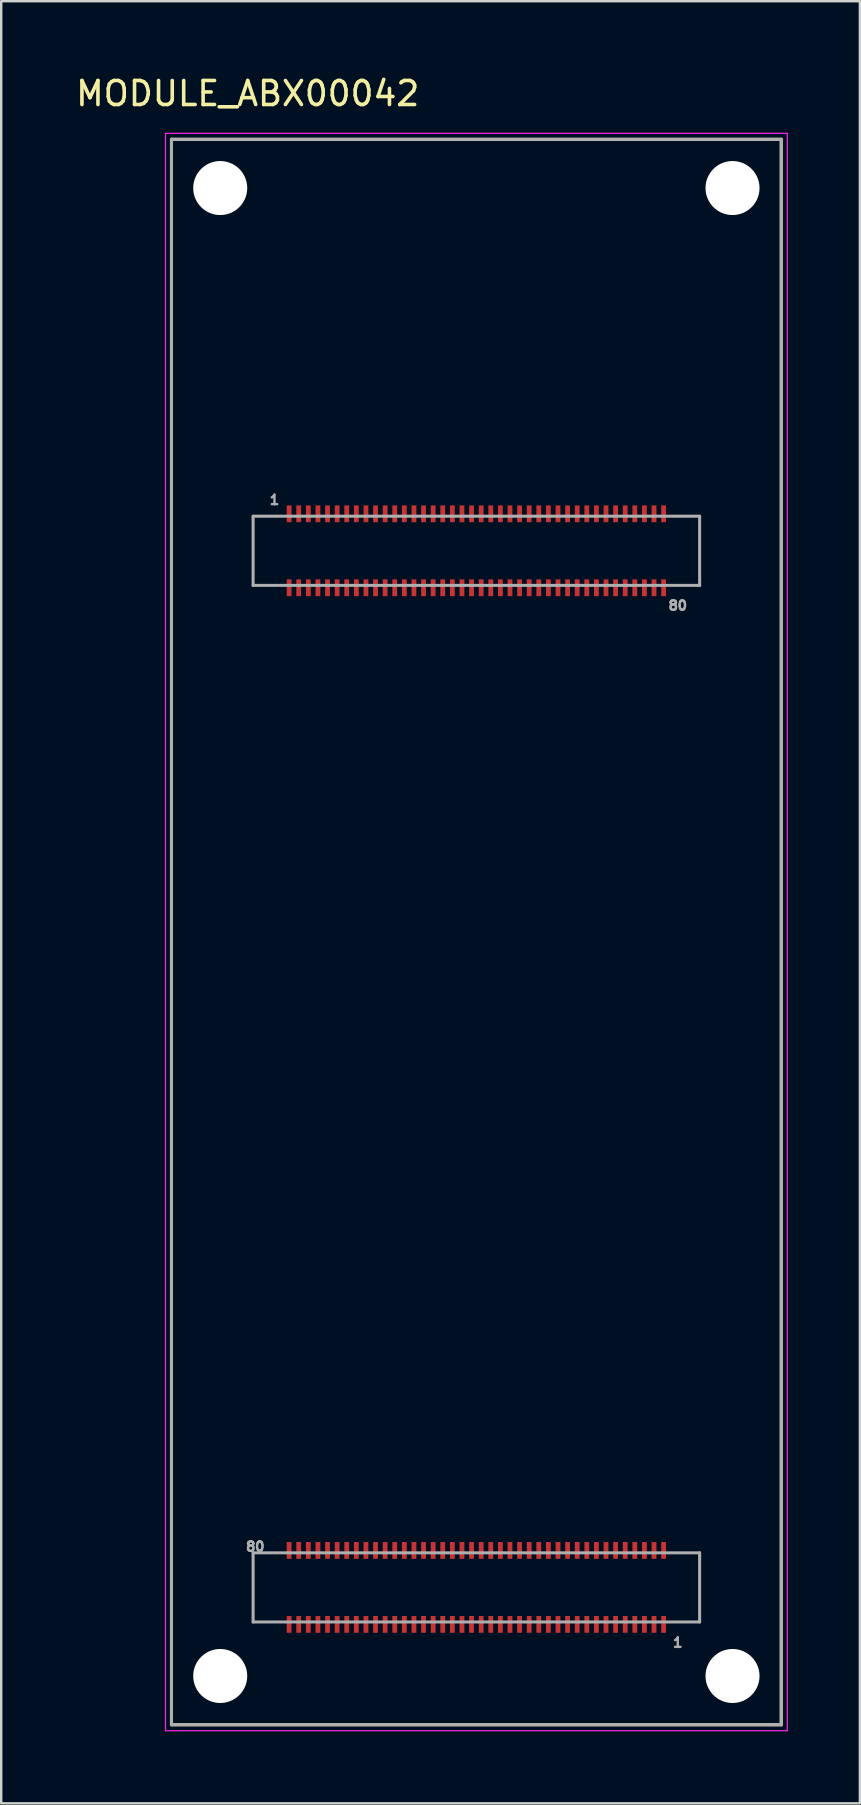
<source format=kicad_pcb>
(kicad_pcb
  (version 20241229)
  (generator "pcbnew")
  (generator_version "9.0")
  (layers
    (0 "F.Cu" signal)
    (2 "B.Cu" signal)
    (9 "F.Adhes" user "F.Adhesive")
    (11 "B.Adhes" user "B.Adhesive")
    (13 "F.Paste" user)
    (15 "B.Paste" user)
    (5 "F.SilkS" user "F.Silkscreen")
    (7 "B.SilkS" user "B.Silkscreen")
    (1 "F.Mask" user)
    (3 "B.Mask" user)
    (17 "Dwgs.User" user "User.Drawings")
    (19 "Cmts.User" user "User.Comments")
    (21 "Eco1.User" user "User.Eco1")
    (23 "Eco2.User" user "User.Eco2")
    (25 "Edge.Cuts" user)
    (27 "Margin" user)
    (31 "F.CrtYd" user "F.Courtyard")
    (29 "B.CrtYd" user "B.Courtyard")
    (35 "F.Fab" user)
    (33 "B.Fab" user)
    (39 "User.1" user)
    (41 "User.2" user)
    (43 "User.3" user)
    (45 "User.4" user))
  (footprint "MODULE_ABX00042"
    (layer "F.Cu")
    (at 16.793 35.773)
    (property "Reference" "MODULE_ABX00042" (at -9.525 -34.925 0) (layer "F.SilkS") (effects (font (size 1 1) (thickness 0.15))))
    (attr through_hole)
    (fp_line (start -12.7 -33.02) (end -12.7 33.02) (stroke (width 0.127) (type solid)) (layer "F.SilkS"))
    (fp_line (start -12.7 33.02) (end 12.7 33.02) (stroke (width 0.127) (type solid)) (layer "F.SilkS"))
    (fp_line (start 12.7 -33.02) (end -12.7 -33.02) (stroke (width 0.127) (type solid)) (layer "F.SilkS"))
    (fp_line (start 12.7 33.02) (end 12.7 -33.02) (stroke (width 0.127) (type solid)) (layer "F.SilkS"))
    (fp_line (start -12.95 -33.27) (end -12.95 33.27) (stroke (width 0.05) (type solid)) (layer "F.CrtYd"))
    (fp_line (start -12.95 33.27) (end 12.95 33.27) (stroke (width 0.05) (type solid)) (layer "F.CrtYd"))
    (fp_line (start 12.95 -33.27) (end -12.95 -33.27) (stroke (width 0.05) (type solid)) (layer "F.CrtYd"))
    (fp_line (start 12.95 33.27) (end 12.95 -33.27) (stroke (width 0.05) (type solid)) (layer "F.CrtYd"))
    (fp_line (start -12.7 -33.02) (end -12.7 33.02) (stroke (width 0.127) (type solid)) (layer "F.Fab"))
    (fp_line (start -12.7 33.02) (end 12.7 33.02) (stroke (width 0.127) (type solid)) (layer "F.Fab"))
    (fp_line (start -9.3 -17.32) (end -9.3 -14.44) (stroke (width 0.127) (type solid)) (layer "F.Fab"))
    (fp_line (start -9.3 -14.44) (end 9.3 -14.44) (stroke (width 0.127) (type solid)) (layer "F.Fab"))
    (fp_line (start -9.3 25.86) (end -9.3 28.74) (stroke (width 0.127) (type solid)) (layer "F.Fab"))
    (fp_line (start -9.3 28.74) (end 9.3 28.74) (stroke (width 0.127) (type solid)) (layer "F.Fab"))
    (fp_line (start 9.3 -17.32) (end -9.3 -17.32) (stroke (width 0.127) (type solid)) (layer "F.Fab"))
    (fp_line (start 9.3 -14.44) (end 9.3 -17.32) (stroke (width 0.127) (type solid)) (layer "F.Fab"))
    (fp_line (start 9.3 25.86) (end -9.3 25.86) (stroke (width 0.127) (type solid)) (layer "F.Fab"))
    (fp_line (start 9.3 28.74) (end 9.3 25.86) (stroke (width 0.127) (type solid)) (layer "F.Fab"))
    (fp_line (start 12.7 -33.02) (end -12.7 -33.02) (stroke (width 0.127) (type solid)) (layer "F.Fab"))
    (fp_line (start 12.7 33.02) (end 12.7 -33.02) (stroke (width 0.127) (type solid)) (layer "F.Fab"))
    (fp_text user "1" (at 8.39 29.6 0) (layer "F.Fab") (effects (font (size 0.394 0.394) (thickness 0.15))))
    (fp_text user "1" (at -8.41 -18 0) (layer "F.Fab") (effects (font (size 0.394 0.394) (thickness 0.15))))
    (fp_text user "80" (at -9.21 25.6 0) (layer "F.Fab") (effects (font (size 0.394 0.394) (thickness 0.15))))
    (fp_text user "80" (at 8.39 -13.6 0) (layer "F.Fab") (effects (font (size 0.394 0.394) (thickness 0.15))))
    (pad "" np_thru_hole circle (at -10.67 -30.99) (size 2.25 2.25) (drill 2.25) (layers "*.Cu" "*.Mask"))
    (pad "" np_thru_hole circle (at -10.67 30.99) (size 2.25 2.25) (drill 2.25) (layers "*.Cu" "*.Mask"))
    (pad "" np_thru_hole circle (at 10.67 -30.99) (size 2.25 2.25) (drill 2.25) (layers "*.Cu" "*.Mask"))
    (pad "" np_thru_hole circle (at 10.67 30.99) (size 2.25 2.25) (drill 2.25) (layers "*.Cu" "*.Mask"))
    (pad "J1_1" smd rect (at -7.8 -17.42) (size 0.2 0.7) (layers "F.Cu" "F.Mask" "F.Paste"))
    (pad "J1_2" smd rect (at -7.8 -14.34) (size 0.2 0.7) (layers "F.Cu" "F.Mask" "F.Paste"))
    (pad "J1_3" smd rect (at -7.4 -17.42) (size 0.2 0.7) (layers "F.Cu" "F.Mask" "F.Paste"))
    (pad "J1_4" smd rect (at -7.4 -14.34) (size 0.2 0.7) (layers "F.Cu" "F.Mask" "F.Paste"))
    (pad "J1_5" smd rect (at -7 -17.42) (size 0.2 0.7) (layers "F.Cu" "F.Mask" "F.Paste"))
    (pad "J1_6" smd rect (at -7 -14.34) (size 0.2 0.7) (layers "F.Cu" "F.Mask" "F.Paste"))
    (pad "J1_7" smd rect (at -6.6 -17.42) (size 0.2 0.7) (layers "F.Cu" "F.Mask" "F.Paste"))
    (pad "J1_8" smd rect (at -6.6 -14.34) (size 0.2 0.7) (layers "F.Cu" "F.Mask" "F.Paste"))
    (pad "J1_9" smd rect (at -6.2 -17.42) (size 0.2 0.7) (layers "F.Cu" "F.Mask" "F.Paste"))
    (pad "J1_10" smd rect (at -6.2 -14.34) (size 0.2 0.7) (layers "F.Cu" "F.Mask" "F.Paste"))
    (pad "J1_11" smd rect (at -5.8 -17.42) (size 0.2 0.7) (layers "F.Cu" "F.Mask" "F.Paste"))
    (pad "J1_12" smd rect (at -5.8 -14.34) (size 0.2 0.7) (layers "F.Cu" "F.Mask" "F.Paste"))
    (pad "J1_13" smd rect (at -5.4 -17.42) (size 0.2 0.7) (layers "F.Cu" "F.Mask" "F.Paste"))
    (pad "J1_14" smd rect (at -5.4 -14.34) (size 0.2 0.7) (layers "F.Cu" "F.Mask" "F.Paste"))
    (pad "J1_15" smd rect (at -5 -17.42) (size 0.2 0.7) (layers "F.Cu" "F.Mask" "F.Paste"))
    (pad "J1_16" smd rect (at -5 -14.34) (size 0.2 0.7) (layers "F.Cu" "F.Mask" "F.Paste"))
    (pad "J1_17" smd rect (at -4.6 -17.42) (size 0.2 0.7) (layers "F.Cu" "F.Mask" "F.Paste"))
    (pad "J1_18" smd rect (at -4.6 -14.34) (size 0.2 0.7) (layers "F.Cu" "F.Mask" "F.Paste"))
    (pad "J1_19" smd rect (at -4.2 -17.42) (size 0.2 0.7) (layers "F.Cu" "F.Mask" "F.Paste"))
    (pad "J1_20" smd rect (at -4.2 -14.34) (size 0.2 0.7) (layers "F.Cu" "F.Mask" "F.Paste"))
    (pad "J1_21" smd rect (at -3.8 -17.42) (size 0.2 0.7) (layers "F.Cu" "F.Mask" "F.Paste"))
    (pad "J1_22" smd rect (at -3.8 -14.34) (size 0.2 0.7) (layers "F.Cu" "F.Mask" "F.Paste"))
    (pad "J1_23" smd rect (at -3.4 -17.42) (size 0.2 0.7) (layers "F.Cu" "F.Mask" "F.Paste"))
    (pad "J1_24" smd rect (at -3.4 -14.34) (size 0.2 0.7) (layers "F.Cu" "F.Mask" "F.Paste"))
    (pad "J1_25" smd rect (at -3 -17.42) (size 0.2 0.7) (layers "F.Cu" "F.Mask" "F.Paste"))
    (pad "J1_26" smd rect (at -3 -14.34) (size 0.2 0.7) (layers "F.Cu" "F.Mask" "F.Paste"))
    (pad "J1_27" smd rect (at -2.6 -17.42) (size 0.2 0.7) (layers "F.Cu" "F.Mask" "F.Paste"))
    (pad "J1_28" smd rect (at -2.6 -14.34) (size 0.2 0.7) (layers "F.Cu" "F.Mask" "F.Paste"))
    (pad "J1_29" smd rect (at -2.2 -17.42) (size 0.2 0.7) (layers "F.Cu" "F.Mask" "F.Paste"))
    (pad "J1_30" smd rect (at -2.2 -14.34) (size 0.2 0.7) (layers "F.Cu" "F.Mask" "F.Paste"))
    (pad "J1_31" smd rect (at -1.8 -17.42) (size 0.2 0.7) (layers "F.Cu" "F.Mask" "F.Paste"))
    (pad "J1_32" smd rect (at -1.8 -14.34) (size 0.2 0.7) (layers "F.Cu" "F.Mask" "F.Paste"))
    (pad "J1_33" smd rect (at -1.4 -17.42) (size 0.2 0.7) (layers "F.Cu" "F.Mask" "F.Paste"))
    (pad "J1_34" smd rect (at -1.4 -14.34) (size 0.2 0.7) (layers "F.Cu" "F.Mask" "F.Paste"))
    (pad "J1_35" smd rect (at -1 -17.42) (size 0.2 0.7) (layers "F.Cu" "F.Mask" "F.Paste"))
    (pad "J1_36" smd rect (at -1 -14.34) (size 0.2 0.7) (layers "F.Cu" "F.Mask" "F.Paste"))
    (pad "J1_37" smd rect (at -0.6 -17.42) (size 0.2 0.7) (layers "F.Cu" "F.Mask" "F.Paste"))
    (pad "J1_38" smd rect (at -0.6 -14.34) (size 0.2 0.7) (layers "F.Cu" "F.Mask" "F.Paste"))
    (pad "J1_39" smd rect (at -0.2 -17.42) (size 0.2 0.7) (layers "F.Cu" "F.Mask" "F.Paste"))
    (pad "J1_40" smd rect (at -0.2 -14.34) (size 0.2 0.7) (layers "F.Cu" "F.Mask" "F.Paste"))
    (pad "J1_41" smd rect (at 0.2 -17.42) (size 0.2 0.7) (layers "F.Cu" "F.Mask" "F.Paste"))
    (pad "J1_42" smd rect (at 0.2 -14.34) (size 0.2 0.7) (layers "F.Cu" "F.Mask" "F.Paste"))
    (pad "J1_43" smd rect (at 0.6 -17.42) (size 0.2 0.7) (layers "F.Cu" "F.Mask" "F.Paste"))
    (pad "J1_44" smd rect (at 0.6 -14.34) (size 0.2 0.7) (layers "F.Cu" "F.Mask" "F.Paste"))
    (pad "J1_45" smd rect (at 1 -17.42) (size 0.2 0.7) (layers "F.Cu" "F.Mask" "F.Paste"))
    (pad "J1_46" smd rect (at 1 -14.34) (size 0.2 0.7) (layers "F.Cu" "F.Mask" "F.Paste"))
    (pad "J1_47" smd rect (at 1.4 -17.42) (size 0.2 0.7) (layers "F.Cu" "F.Mask" "F.Paste"))
    (pad "J1_48" smd rect (at 1.4 -14.34) (size 0.2 0.7) (layers "F.Cu" "F.Mask" "F.Paste"))
    (pad "J1_49" smd rect (at 1.8 -17.42) (size 0.2 0.7) (layers "F.Cu" "F.Mask" "F.Paste"))
    (pad "J1_50" smd rect (at 1.8 -14.34) (size 0.2 0.7) (layers "F.Cu" "F.Mask" "F.Paste"))
    (pad "J1_51" smd rect (at 2.2 -17.42) (size 0.2 0.7) (layers "F.Cu" "F.Mask" "F.Paste"))
    (pad "J1_52" smd rect (at 2.2 -14.34) (size 0.2 0.7) (layers "F.Cu" "F.Mask" "F.Paste"))
    (pad "J1_53" smd rect (at 2.6 -17.42) (size 0.2 0.7) (layers "F.Cu" "F.Mask" "F.Paste"))
    (pad "J1_54" smd rect (at 2.6 -14.34) (size 0.2 0.7) (layers "F.Cu" "F.Mask" "F.Paste"))
    (pad "J1_55" smd rect (at 3 -17.42) (size 0.2 0.7) (layers "F.Cu" "F.Mask" "F.Paste"))
    (pad "J1_56" smd rect (at 3 -14.34) (size 0.2 0.7) (layers "F.Cu" "F.Mask" "F.Paste"))
    (pad "J1_57" smd rect (at 3.4 -17.42) (size 0.2 0.7) (layers "F.Cu" "F.Mask" "F.Paste"))
    (pad "J1_58" smd rect (at 3.4 -14.34) (size 0.2 0.7) (layers "F.Cu" "F.Mask" "F.Paste"))
    (pad "J1_59" smd rect (at 3.8 -17.42) (size 0.2 0.7) (layers "F.Cu" "F.Mask" "F.Paste"))
    (pad "J1_60" smd rect (at 3.8 -14.34) (size 0.2 0.7) (layers "F.Cu" "F.Mask" "F.Paste"))
    (pad "J1_61" smd rect (at 4.2 -17.42) (size 0.2 0.7) (layers "F.Cu" "F.Mask" "F.Paste"))
    (pad "J1_62" smd rect (at 4.2 -14.34) (size 0.2 0.7) (layers "F.Cu" "F.Mask" "F.Paste"))
    (pad "J1_63" smd rect (at 4.6 -17.42) (size 0.2 0.7) (layers "F.Cu" "F.Mask" "F.Paste"))
    (pad "J1_64" smd rect (at 4.6 -14.34) (size 0.2 0.7) (layers "F.Cu" "F.Mask" "F.Paste"))
    (pad "J1_65" smd rect (at 5 -17.42) (size 0.2 0.7) (layers "F.Cu" "F.Mask" "F.Paste"))
    (pad "J1_66" smd rect (at 5 -14.34) (size 0.2 0.7) (layers "F.Cu" "F.Mask" "F.Paste"))
    (pad "J1_67" smd rect (at 5.4 -17.42) (size 0.2 0.7) (layers "F.Cu" "F.Mask" "F.Paste"))
    (pad "J1_68" smd rect (at 5.4 -14.34) (size 0.2 0.7) (layers "F.Cu" "F.Mask" "F.Paste"))
    (pad "J1_69" smd rect (at 5.8 -17.42) (size 0.2 0.7) (layers "F.Cu" "F.Mask" "F.Paste"))
    (pad "J1_70" smd rect (at 5.8 -14.34) (size 0.2 0.7) (layers "F.Cu" "F.Mask" "F.Paste"))
    (pad "J1_71" smd rect (at 6.2 -17.42) (size 0.2 0.7) (layers "F.Cu" "F.Mask" "F.Paste"))
    (pad "J1_72" smd rect (at 6.2 -14.34) (size 0.2 0.7) (layers "F.Cu" "F.Mask" "F.Paste"))
    (pad "J1_73" smd rect (at 6.6 -17.42) (size 0.2 0.7) (layers "F.Cu" "F.Mask" "F.Paste"))
    (pad "J1_74" smd rect (at 6.6 -14.34) (size 0.2 0.7) (layers "F.Cu" "F.Mask" "F.Paste"))
    (pad "J1_75" smd rect (at 7 -17.42) (size 0.2 0.7) (layers "F.Cu" "F.Mask" "F.Paste"))
    (pad "J1_76" smd rect (at 7 -14.34) (size 0.2 0.7) (layers "F.Cu" "F.Mask" "F.Paste"))
    (pad "J1_77" smd rect (at 7.4 -17.42) (size 0.2 0.7) (layers "F.Cu" "F.Mask" "F.Paste"))
    (pad "J1_78" smd rect (at 7.4 -14.34) (size 0.2 0.7) (layers "F.Cu" "F.Mask" "F.Paste"))
    (pad "J1_79" smd rect (at 7.8 -17.42) (size 0.2 0.7) (layers "F.Cu" "F.Mask" "F.Paste"))
    (pad "J1_80" smd rect (at 7.8 -14.34) (size 0.2 0.7) (layers "F.Cu" "F.Mask" "F.Paste"))
    (pad "J2_1" smd rect (at 7.8 28.84) (size 0.2 0.7) (layers "F.Cu" "F.Mask" "F.Paste"))
    (pad "J2_2" smd rect (at 7.8 25.76) (size 0.2 0.7) (layers "F.Cu" "F.Mask" "F.Paste"))
    (pad "J2_3" smd rect (at 7.4 28.84) (size 0.2 0.7) (layers "F.Cu" "F.Mask" "F.Paste"))
    (pad "J2_4" smd rect (at 7.4 25.76) (size 0.2 0.7) (layers "F.Cu" "F.Mask" "F.Paste"))
    (pad "J2_5" smd rect (at 7 28.84) (size 0.2 0.7) (layers "F.Cu" "F.Mask" "F.Paste"))
    (pad "J2_6" smd rect (at 7 25.76) (size 0.2 0.7) (layers "F.Cu" "F.Mask" "F.Paste"))
    (pad "J2_7" smd rect (at 6.6 28.84) (size 0.2 0.7) (layers "F.Cu" "F.Mask" "F.Paste"))
    (pad "J2_8" smd rect (at 6.6 25.76) (size 0.2 0.7) (layers "F.Cu" "F.Mask" "F.Paste"))
    (pad "J2_9" smd rect (at 6.2 28.84) (size 0.2 0.7) (layers "F.Cu" "F.Mask" "F.Paste"))
    (pad "J2_10" smd rect (at 6.2 25.76) (size 0.2 0.7) (layers "F.Cu" "F.Mask" "F.Paste"))
    (pad "J2_11" smd rect (at 5.8 28.84) (size 0.2 0.7) (layers "F.Cu" "F.Mask" "F.Paste"))
    (pad "J2_12" smd rect (at 5.8 25.76) (size 0.2 0.7) (layers "F.Cu" "F.Mask" "F.Paste"))
    (pad "J2_13" smd rect (at 5.4 28.84) (size 0.2 0.7) (layers "F.Cu" "F.Mask" "F.Paste"))
    (pad "J2_14" smd rect (at 5.4 25.76) (size 0.2 0.7) (layers "F.Cu" "F.Mask" "F.Paste"))
    (pad "J2_15" smd rect (at 5 28.84) (size 0.2 0.7) (layers "F.Cu" "F.Mask" "F.Paste"))
    (pad "J2_16" smd rect (at 5 25.76) (size 0.2 0.7) (layers "F.Cu" "F.Mask" "F.Paste"))
    (pad "J2_17" smd rect (at 4.6 28.84) (size 0.2 0.7) (layers "F.Cu" "F.Mask" "F.Paste"))
    (pad "J2_18" smd rect (at 4.6 25.76) (size 0.2 0.7) (layers "F.Cu" "F.Mask" "F.Paste"))
    (pad "J2_19" smd rect (at 4.2 28.84) (size 0.2 0.7) (layers "F.Cu" "F.Mask" "F.Paste"))
    (pad "J2_20" smd rect (at 4.2 25.76) (size 0.2 0.7) (layers "F.Cu" "F.Mask" "F.Paste"))
    (pad "J2_21" smd rect (at 3.8 28.84) (size 0.2 0.7) (layers "F.Cu" "F.Mask" "F.Paste"))
    (pad "J2_22" smd rect (at 3.8 25.76) (size 0.2 0.7) (layers "F.Cu" "F.Mask" "F.Paste"))
    (pad "J2_23" smd rect (at 3.4 28.84) (size 0.2 0.7) (layers "F.Cu" "F.Mask" "F.Paste"))
    (pad "J2_24" smd rect (at 3.4 25.76) (size 0.2 0.7) (layers "F.Cu" "F.Mask" "F.Paste"))
    (pad "J2_25" smd rect (at 3 28.84) (size 0.2 0.7) (layers "F.Cu" "F.Mask" "F.Paste"))
    (pad "J2_26" smd rect (at 3 25.76) (size 0.2 0.7) (layers "F.Cu" "F.Mask" "F.Paste"))
    (pad "J2_27" smd rect (at 2.6 28.84) (size 0.2 0.7) (layers "F.Cu" "F.Mask" "F.Paste"))
    (pad "J2_28" smd rect (at 2.6 25.76) (size 0.2 0.7) (layers "F.Cu" "F.Mask" "F.Paste"))
    (pad "J2_29" smd rect (at 2.2 28.84) (size 0.2 0.7) (layers "F.Cu" "F.Mask" "F.Paste"))
    (pad "J2_30" smd rect (at 2.2 25.76) (size 0.2 0.7) (layers "F.Cu" "F.Mask" "F.Paste"))
    (pad "J2_31" smd rect (at 1.8 28.84) (size 0.2 0.7) (layers "F.Cu" "F.Mask" "F.Paste"))
    (pad "J2_32" smd rect (at 1.8 25.76) (size 0.2 0.7) (layers "F.Cu" "F.Mask" "F.Paste"))
    (pad "J2_33" smd rect (at 1.4 28.84) (size 0.2 0.7) (layers "F.Cu" "F.Mask" "F.Paste"))
    (pad "J2_34" smd rect (at 1.4 25.76) (size 0.2 0.7) (layers "F.Cu" "F.Mask" "F.Paste"))
    (pad "J2_35" smd rect (at 1 28.84) (size 0.2 0.7) (layers "F.Cu" "F.Mask" "F.Paste"))
    (pad "J2_36" smd rect (at 1 25.76) (size 0.2 0.7) (layers "F.Cu" "F.Mask" "F.Paste"))
    (pad "J2_37" smd rect (at 0.6 28.84) (size 0.2 0.7) (layers "F.Cu" "F.Mask" "F.Paste"))
    (pad "J2_38" smd rect (at 0.6 25.76) (size 0.2 0.7) (layers "F.Cu" "F.Mask" "F.Paste"))
    (pad "J2_39" smd rect (at 0.2 28.84) (size 0.2 0.7) (layers "F.Cu" "F.Mask" "F.Paste"))
    (pad "J2_40" smd rect (at 0.2 25.76) (size 0.2 0.7) (layers "F.Cu" "F.Mask" "F.Paste"))
    (pad "J2_41" smd rect (at -0.2 28.84) (size 0.2 0.7) (layers "F.Cu" "F.Mask" "F.Paste"))
    (pad "J2_42" smd rect (at -0.2 25.76) (size 0.2 0.7) (layers "F.Cu" "F.Mask" "F.Paste"))
    (pad "J2_43" smd rect (at -0.6 28.84) (size 0.2 0.7) (layers "F.Cu" "F.Mask" "F.Paste"))
    (pad "J2_44" smd rect (at -0.6 25.76) (size 0.2 0.7) (layers "F.Cu" "F.Mask" "F.Paste"))
    (pad "J2_45" smd rect (at -1 28.84) (size 0.2 0.7) (layers "F.Cu" "F.Mask" "F.Paste"))
    (pad "J2_46" smd rect (at -1 25.76) (size 0.2 0.7) (layers "F.Cu" "F.Mask" "F.Paste"))
    (pad "J2_47" smd rect (at -1.4 28.84) (size 0.2 0.7) (layers "F.Cu" "F.Mask" "F.Paste"))
    (pad "J2_48" smd rect (at -1.4 25.76) (size 0.2 0.7) (layers "F.Cu" "F.Mask" "F.Paste"))
    (pad "J2_49" smd rect (at -1.8 28.84) (size 0.2 0.7) (layers "F.Cu" "F.Mask" "F.Paste"))
    (pad "J2_50" smd rect (at -1.8 25.76) (size 0.2 0.7) (layers "F.Cu" "F.Mask" "F.Paste"))
    (pad "J2_51" smd rect (at -2.2 28.84) (size 0.2 0.7) (layers "F.Cu" "F.Mask" "F.Paste"))
    (pad "J2_52" smd rect (at -2.2 25.76) (size 0.2 0.7) (layers "F.Cu" "F.Mask" "F.Paste"))
    (pad "J2_53" smd rect (at -2.6 28.84) (size 0.2 0.7) (layers "F.Cu" "F.Mask" "F.Paste"))
    (pad "J2_54" smd rect (at -2.6 25.76) (size 0.2 0.7) (layers "F.Cu" "F.Mask" "F.Paste"))
    (pad "J2_55" smd rect (at -3 28.84) (size 0.2 0.7) (layers "F.Cu" "F.Mask" "F.Paste"))
    (pad "J2_56" smd rect (at -3 25.76) (size 0.2 0.7) (layers "F.Cu" "F.Mask" "F.Paste"))
    (pad "J2_57" smd rect (at -3.4 28.84) (size 0.2 0.7) (layers "F.Cu" "F.Mask" "F.Paste"))
    (pad "J2_58" smd rect (at -3.4 25.76) (size 0.2 0.7) (layers "F.Cu" "F.Mask" "F.Paste"))
    (pad "J2_59" smd rect (at -3.8 28.84) (size 0.2 0.7) (layers "F.Cu" "F.Mask" "F.Paste"))
    (pad "J2_60" smd rect (at -3.8 25.76) (size 0.2 0.7) (layers "F.Cu" "F.Mask" "F.Paste"))
    (pad "J2_61" smd rect (at -4.2 28.84) (size 0.2 0.7) (layers "F.Cu" "F.Mask" "F.Paste"))
    (pad "J2_62" smd rect (at -4.2 25.76) (size 0.2 0.7) (layers "F.Cu" "F.Mask" "F.Paste"))
    (pad "J2_63" smd rect (at -4.6 28.84) (size 0.2 0.7) (layers "F.Cu" "F.Mask" "F.Paste"))
    (pad "J2_64" smd rect (at -4.6 25.76) (size 0.2 0.7) (layers "F.Cu" "F.Mask" "F.Paste"))
    (pad "J2_65" smd rect (at -5 28.84) (size 0.2 0.7) (layers "F.Cu" "F.Mask" "F.Paste"))
    (pad "J2_66" smd rect (at -5 25.76) (size 0.2 0.7) (layers "F.Cu" "F.Mask" "F.Paste"))
    (pad "J2_67" smd rect (at -5.4 28.84) (size 0.2 0.7) (layers "F.Cu" "F.Mask" "F.Paste"))
    (pad "J2_68" smd rect (at -5.4 25.76) (size 0.2 0.7) (layers "F.Cu" "F.Mask" "F.Paste"))
    (pad "J2_69" smd rect (at -5.8 28.84) (size 0.2 0.7) (layers "F.Cu" "F.Mask" "F.Paste"))
    (pad "J2_70" smd rect (at -5.8 25.76) (size 0.2 0.7) (layers "F.Cu" "F.Mask" "F.Paste"))
    (pad "J2_71" smd rect (at -6.2 28.84) (size 0.2 0.7) (layers "F.Cu" "F.Mask" "F.Paste"))
    (pad "J2_72" smd rect (at -6.2 25.76) (size 0.2 0.7) (layers "F.Cu" "F.Mask" "F.Paste"))
    (pad "J2_73" smd rect (at -6.6 28.84) (size 0.2 0.7) (layers "F.Cu" "F.Mask" "F.Paste"))
    (pad "J2_74" smd rect (at -6.6 25.76) (size 0.2 0.7) (layers "F.Cu" "F.Mask" "F.Paste"))
    (pad "J2_75" smd rect (at -7 28.84) (size 0.2 0.7) (layers "F.Cu" "F.Mask" "F.Paste"))
    (pad "J2_76" smd rect (at -7 25.76) (size 0.2 0.7) (layers "F.Cu" "F.Mask" "F.Paste"))
    (pad "J2_77" smd rect (at -7.4 28.84) (size 0.2 0.7) (layers "F.Cu" "F.Mask" "F.Paste"))
    (pad "J2_78" smd rect (at -7.4 25.76) (size 0.2 0.7) (layers "F.Cu" "F.Mask" "F.Paste"))
    (pad "J2_79" smd rect (at -7.8 28.84) (size 0.2 0.7) (layers "F.Cu" "F.Mask" "F.Paste"))
    (pad "J2_80" smd rect (at -7.8 25.76) (size 0.2 0.7) (layers "F.Cu" "F.Mask" "F.Paste"))
    (zone (net_name "") (layer "F.Cu") (hatch full 0.508) (connect_pads) (min_thickness 0.01) (filled_areas_thickness no) (keepout (tracks not_allowed) (vias not_allowed) (pads not_allowed) (copperpour not_allowed) (footprints allowed)) (placement (enabled no)) (fill) (polygon (pts (xy 8.893 18.703) (xy 9.093 18.703) (xy 9.093 19.143) (xy 8.893 19.143))))
    (zone (net_name "") (layer "F.Cu") (hatch full 0.508) (connect_pads) (min_thickness 0.01) (filled_areas_thickness no) (keepout (tracks not_allowed) (vias not_allowed) (pads not_allowed) (copperpour not_allowed) (footprints allowed)) (placement (enabled no)) (fill) (polygon (pts (xy 8.893 20.643) (xy 9.093 20.643) (xy 9.093 21.083) (xy 8.893 21.083))))
    (zone (net_name "") (layer "F.Cu") (hatch full 0.508) (connect_pads) (min_thickness 0.01) (filled_areas_thickness no) (keepout (tracks not_allowed) (vias not_allowed) (pads not_allowed) (copperpour not_allowed) (footprints allowed)) (placement (enabled no)) (fill) (polygon (pts (xy 8.893 61.883) (xy 9.093 61.883) (xy 9.093 62.323) (xy 8.893 62.323))))
    (zone (net_name "") (layer "F.Cu") (hatch full 0.508) (connect_pads) (min_thickness 0.01) (filled_areas_thickness no) (keepout (tracks not_allowed) (vias not_allowed) (pads not_allowed) (copperpour not_allowed) (footprints allowed)) (placement (enabled no)) (fill) (polygon (pts (xy 8.893 63.823) (xy 9.093 63.823) (xy 9.093 64.263) (xy 8.893 64.263))))
    (zone (net_name "") (layer "F.Cu") (hatch full 0.508) (connect_pads) (min_thickness 0.01) (filled_areas_thickness no) (keepout (tracks not_allowed) (vias not_allowed) (pads not_allowed) (copperpour not_allowed) (footprints allowed)) (placement (enabled no)) (fill) (polygon (pts (xy 9.293 18.703) (xy 9.493 18.703) (xy 9.493 19.143) (xy 9.293 19.143))))
    (zone (net_name "") (layer "F.Cu") (hatch full 0.508) (connect_pads) (min_thickness 0.01) (filled_areas_thickness no) (keepout (tracks not_allowed) (vias not_allowed) (pads not_allowed) (copperpour not_allowed) (footprints allowed)) (placement (enabled no)) (fill) (polygon (pts (xy 9.293 20.643) (xy 9.493 20.643) (xy 9.493 21.083) (xy 9.293 21.083))))
    (zone (net_name "") (layer "F.Cu") (hatch full 0.508) (connect_pads) (min_thickness 0.01) (filled_areas_thickness no) (keepout (tracks not_allowed) (vias not_allowed) (pads not_allowed) (copperpour not_allowed) (footprints allowed)) (placement (enabled no)) (fill) (polygon (pts (xy 9.293 61.883) (xy 9.493 61.883) (xy 9.493 62.323) (xy 9.293 62.323))))
    (zone (net_name "") (layer "F.Cu") (hatch full 0.508) (connect_pads) (min_thickness 0.01) (filled_areas_thickness no) (keepout (tracks not_allowed) (vias not_allowed) (pads not_allowed) (copperpour not_allowed) (footprints allowed)) (placement (enabled no)) (fill) (polygon (pts (xy 9.293 63.823) (xy 9.493 63.823) (xy 9.493 64.263) (xy 9.293 64.263))))
    (zone (net_name "") (layer "F.Cu") (hatch full 0.508) (connect_pads) (min_thickness 0.01) (filled_areas_thickness no) (keepout (tracks not_allowed) (vias not_allowed) (pads not_allowed) (copperpour not_allowed) (footprints allowed)) (placement (enabled no)) (fill) (polygon (pts (xy 9.693 18.703) (xy 9.893 18.703) (xy 9.893 19.143) (xy 9.693 19.143))))
    (zone (net_name "") (layer "F.Cu") (hatch full 0.508) (connect_pads) (min_thickness 0.01) (filled_areas_thickness no) (keepout (tracks not_allowed) (vias not_allowed) (pads not_allowed) (copperpour not_allowed) (footprints allowed)) (placement (enabled no)) (fill) (polygon (pts (xy 9.693 20.643) (xy 9.893 20.643) (xy 9.893 21.083) (xy 9.693 21.083))))
    (zone (net_name "") (layer "F.Cu") (hatch full 0.508) (connect_pads) (min_thickness 0.01) (filled_areas_thickness no) (keepout (tracks not_allowed) (vias not_allowed) (pads not_allowed) (copperpour not_allowed) (footprints allowed)) (placement (enabled no)) (fill) (polygon (pts (xy 9.693 61.883) (xy 9.893 61.883) (xy 9.893 62.323) (xy 9.693 62.323))))
    (zone (net_name "") (layer "F.Cu") (hatch full 0.508) (connect_pads) (min_thickness 0.01) (filled_areas_thickness no) (keepout (tracks not_allowed) (vias not_allowed) (pads not_allowed) (copperpour not_allowed) (footprints allowed)) (placement (enabled no)) (fill) (polygon (pts (xy 9.693 63.823) (xy 9.893 63.823) (xy 9.893 64.263) (xy 9.693 64.263))))
    (zone (net_name "") (layer "F.Cu") (hatch full 0.508) (connect_pads) (min_thickness 0.01) (filled_areas_thickness no) (keepout (tracks not_allowed) (vias not_allowed) (pads not_allowed) (copperpour not_allowed) (footprints allowed)) (placement (enabled no)) (fill) (polygon (pts (xy 10.093 18.703) (xy 10.293 18.703) (xy 10.293 19.143) (xy 10.093 19.143))))
    (zone (net_name "") (layer "F.Cu") (hatch full 0.508) (connect_pads) (min_thickness 0.01) (filled_areas_thickness no) (keepout (tracks not_allowed) (vias not_allowed) (pads not_allowed) (copperpour not_allowed) (footprints allowed)) (placement (enabled no)) (fill) (polygon (pts (xy 10.093 20.643) (xy 10.293 20.643) (xy 10.293 21.083) (xy 10.093 21.083))))
    (zone (net_name "") (layer "F.Cu") (hatch full 0.508) (connect_pads) (min_thickness 0.01) (filled_areas_thickness no) (keepout (tracks not_allowed) (vias not_allowed) (pads not_allowed) (copperpour not_allowed) (footprints allowed)) (placement (enabled no)) (fill) (polygon (pts (xy 10.093 61.883) (xy 10.293 61.883) (xy 10.293 62.323) (xy 10.093 62.323))))
    (zone (net_name "") (layer "F.Cu") (hatch full 0.508) (connect_pads) (min_thickness 0.01) (filled_areas_thickness no) (keepout (tracks not_allowed) (vias not_allowed) (pads not_allowed) (copperpour not_allowed) (footprints allowed)) (placement (enabled no)) (fill) (polygon (pts (xy 10.093 63.823) (xy 10.293 63.823) (xy 10.293 64.263) (xy 10.093 64.263))))
    (zone (net_name "") (layer "F.Cu") (hatch full 0.508) (connect_pads) (min_thickness 0.01) (filled_areas_thickness no) (keepout (tracks not_allowed) (vias not_allowed) (pads not_allowed) (copperpour not_allowed) (footprints allowed)) (placement (enabled no)) (fill) (polygon (pts (xy 10.493 18.703) (xy 10.693 18.703) (xy 10.693 19.143) (xy 10.493 19.143))))
    (zone (net_name "") (layer "F.Cu") (hatch full 0.508) (connect_pads) (min_thickness 0.01) (filled_areas_thickness no) (keepout (tracks not_allowed) (vias not_allowed) (pads not_allowed) (copperpour not_allowed) (footprints allowed)) (placement (enabled no)) (fill) (polygon (pts (xy 10.493 20.643) (xy 10.693 20.643) (xy 10.693 21.083) (xy 10.493 21.083))))
    (zone (net_name "") (layer "F.Cu") (hatch full 0.508) (connect_pads) (min_thickness 0.01) (filled_areas_thickness no) (keepout (tracks not_allowed) (vias not_allowed) (pads not_allowed) (copperpour not_allowed) (footprints allowed)) (placement (enabled no)) (fill) (polygon (pts (xy 10.493 61.883) (xy 10.693 61.883) (xy 10.693 62.323) (xy 10.493 62.323))))
    (zone (net_name "") (layer "F.Cu") (hatch full 0.508) (connect_pads) (min_thickness 0.01) (filled_areas_thickness no) (keepout (tracks not_allowed) (vias not_allowed) (pads not_allowed) (copperpour not_allowed) (footprints allowed)) (placement (enabled no)) (fill) (polygon (pts (xy 10.493 63.823) (xy 10.693 63.823) (xy 10.693 64.263) (xy 10.493 64.263))))
    (zone (net_name "") (layer "F.Cu") (hatch full 0.508) (connect_pads) (min_thickness 0.01) (filled_areas_thickness no) (keepout (tracks not_allowed) (vias not_allowed) (pads not_allowed) (copperpour not_allowed) (footprints allowed)) (placement (enabled no)) (fill) (polygon (pts (xy 10.893 18.703) (xy 11.093 18.703) (xy 11.093 19.143) (xy 10.893 19.143))))
    (zone (net_name "") (layer "F.Cu") (hatch full 0.508) (connect_pads) (min_thickness 0.01) (filled_areas_thickness no) (keepout (tracks not_allowed) (vias not_allowed) (pads not_allowed) (copperpour not_allowed) (footprints allowed)) (placement (enabled no)) (fill) (polygon (pts (xy 10.893 20.643) (xy 11.093 20.643) (xy 11.093 21.083) (xy 10.893 21.083))))
    (zone (net_name "") (layer "F.Cu") (hatch full 0.508) (connect_pads) (min_thickness 0.01) (filled_areas_thickness no) (keepout (tracks not_allowed) (vias not_allowed) (pads not_allowed) (copperpour not_allowed) (footprints allowed)) (placement (enabled no)) (fill) (polygon (pts (xy 10.893 61.883) (xy 11.093 61.883) (xy 11.093 62.323) (xy 10.893 62.323))))
    (zone (net_name "") (layer "F.Cu") (hatch full 0.508) (connect_pads) (min_thickness 0.01) (filled_areas_thickness no) (keepout (tracks not_allowed) (vias not_allowed) (pads not_allowed) (copperpour not_allowed) (footprints allowed)) (placement (enabled no)) (fill) (polygon (pts (xy 10.893 63.823) (xy 11.093 63.823) (xy 11.093 64.263) (xy 10.893 64.263))))
    (zone (net_name "") (layer "F.Cu") (hatch full 0.508) (connect_pads) (min_thickness 0.01) (filled_areas_thickness no) (keepout (tracks not_allowed) (vias not_allowed) (pads not_allowed) (copperpour not_allowed) (footprints allowed)) (placement (enabled no)) (fill) (polygon (pts (xy 11.293 18.703) (xy 11.493 18.703) (xy 11.493 19.143) (xy 11.293 19.143))))
    (zone (net_name "") (layer "F.Cu") (hatch full 0.508) (connect_pads) (min_thickness 0.01) (filled_areas_thickness no) (keepout (tracks not_allowed) (vias not_allowed) (pads not_allowed) (copperpour not_allowed) (footprints allowed)) (placement (enabled no)) (fill) (polygon (pts (xy 11.293 20.643) (xy 11.493 20.643) (xy 11.493 21.083) (xy 11.293 21.083))))
    (zone (net_name "") (layer "F.Cu") (hatch full 0.508) (connect_pads) (min_thickness 0.01) (filled_areas_thickness no) (keepout (tracks not_allowed) (vias not_allowed) (pads not_allowed) (copperpour not_allowed) (footprints allowed)) (placement (enabled no)) (fill) (polygon (pts (xy 11.293 61.883) (xy 11.493 61.883) (xy 11.493 62.323) (xy 11.293 62.323))))
    (zone (net_name "") (layer "F.Cu") (hatch full 0.508) (connect_pads) (min_thickness 0.01) (filled_areas_thickness no) (keepout (tracks not_allowed) (vias not_allowed) (pads not_allowed) (copperpour not_allowed) (footprints allowed)) (placement (enabled no)) (fill) (polygon (pts (xy 11.293 63.823) (xy 11.493 63.823) (xy 11.493 64.263) (xy 11.293 64.263))))
    (zone (net_name "") (layer "F.Cu") (hatch full 0.508) (connect_pads) (min_thickness 0.01) (filled_areas_thickness no) (keepout (tracks not_allowed) (vias not_allowed) (pads not_allowed) (copperpour not_allowed) (footprints allowed)) (placement (enabled no)) (fill) (polygon (pts (xy 11.693 18.703) (xy 11.893 18.703) (xy 11.893 19.143) (xy 11.693 19.143))))
    (zone (net_name "") (layer "F.Cu") (hatch full 0.508) (connect_pads) (min_thickness 0.01) (filled_areas_thickness no) (keepout (tracks not_allowed) (vias not_allowed) (pads not_allowed) (copperpour not_allowed) (footprints allowed)) (placement (enabled no)) (fill) (polygon (pts (xy 11.693 20.643) (xy 11.893 20.643) (xy 11.893 21.083) (xy 11.693 21.083))))
    (zone (net_name "") (layer "F.Cu") (hatch full 0.508) (connect_pads) (min_thickness 0.01) (filled_areas_thickness no) (keepout (tracks not_allowed) (vias not_allowed) (pads not_allowed) (copperpour not_allowed) (footprints allowed)) (placement (enabled no)) (fill) (polygon (pts (xy 11.693 61.883) (xy 11.893 61.883) (xy 11.893 62.323) (xy 11.693 62.323))))
    (zone (net_name "") (layer "F.Cu") (hatch full 0.508) (connect_pads) (min_thickness 0.01) (filled_areas_thickness no) (keepout (tracks not_allowed) (vias not_allowed) (pads not_allowed) (copperpour not_allowed) (footprints allowed)) (placement (enabled no)) (fill) (polygon (pts (xy 11.693 63.823) (xy 11.893 63.823) (xy 11.893 64.263) (xy 11.693 64.263))))
    (zone (net_name "") (layer "F.Cu") (hatch full 0.508) (connect_pads) (min_thickness 0.01) (filled_areas_thickness no) (keepout (tracks not_allowed) (vias not_allowed) (pads not_allowed) (copperpour not_allowed) (footprints allowed)) (placement (enabled no)) (fill) (polygon (pts (xy 12.093 18.703) (xy 12.293 18.703) (xy 12.293 19.143) (xy 12.093 19.143))))
    (zone (net_name "") (layer "F.Cu") (hatch full 0.508) (connect_pads) (min_thickness 0.01) (filled_areas_thickness no) (keepout (tracks not_allowed) (vias not_allowed) (pads not_allowed) (copperpour not_allowed) (footprints allowed)) (placement (enabled no)) (fill) (polygon (pts (xy 12.093 20.643) (xy 12.293 20.643) (xy 12.293 21.083) (xy 12.093 21.083))))
    (zone (net_name "") (layer "F.Cu") (hatch full 0.508) (connect_pads) (min_thickness 0.01) (filled_areas_thickness no) (keepout (tracks not_allowed) (vias not_allowed) (pads not_allowed) (copperpour not_allowed) (footprints allowed)) (placement (enabled no)) (fill) (polygon (pts (xy 12.093 61.883) (xy 12.293 61.883) (xy 12.293 62.323) (xy 12.093 62.323))))
    (zone (net_name "") (layer "F.Cu") (hatch full 0.508) (connect_pads) (min_thickness 0.01) (filled_areas_thickness no) (keepout (tracks not_allowed) (vias not_allowed) (pads not_allowed) (copperpour not_allowed) (footprints allowed)) (placement (enabled no)) (fill) (polygon (pts (xy 12.093 63.823) (xy 12.293 63.823) (xy 12.293 64.263) (xy 12.093 64.263))))
    (zone (net_name "") (layer "F.Cu") (hatch full 0.508) (connect_pads) (min_thickness 0.01) (filled_areas_thickness no) (keepout (tracks not_allowed) (vias not_allowed) (pads not_allowed) (copperpour not_allowed) (footprints allowed)) (placement (enabled no)) (fill) (polygon (pts (xy 12.493 18.703) (xy 12.693 18.703) (xy 12.693 19.143) (xy 12.493 19.143))))
    (zone (net_name "") (layer "F.Cu") (hatch full 0.508) (connect_pads) (min_thickness 0.01) (filled_areas_thickness no) (keepout (tracks not_allowed) (vias not_allowed) (pads not_allowed) (copperpour not_allowed) (footprints allowed)) (placement (enabled no)) (fill) (polygon (pts (xy 12.493 20.643) (xy 12.693 20.643) (xy 12.693 21.083) (xy 12.493 21.083))))
    (zone (net_name "") (layer "F.Cu") (hatch full 0.508) (connect_pads) (min_thickness 0.01) (filled_areas_thickness no) (keepout (tracks not_allowed) (vias not_allowed) (pads not_allowed) (copperpour not_allowed) (footprints allowed)) (placement (enabled no)) (fill) (polygon (pts (xy 12.493 61.883) (xy 12.693 61.883) (xy 12.693 62.323) (xy 12.493 62.323))))
    (zone (net_name "") (layer "F.Cu") (hatch full 0.508) (connect_pads) (min_thickness 0.01) (filled_areas_thickness no) (keepout (tracks not_allowed) (vias not_allowed) (pads not_allowed) (copperpour not_allowed) (footprints allowed)) (placement (enabled no)) (fill) (polygon (pts (xy 12.493 63.823) (xy 12.693 63.823) (xy 12.693 64.263) (xy 12.493 64.263))))
    (zone (net_name "") (layer "F.Cu") (hatch full 0.508) (connect_pads) (min_thickness 0.01) (filled_areas_thickness no) (keepout (tracks not_allowed) (vias not_allowed) (pads not_allowed) (copperpour not_allowed) (footprints allowed)) (placement (enabled no)) (fill) (polygon (pts (xy 12.893 18.703) (xy 13.093 18.703) (xy 13.093 19.143) (xy 12.893 19.143))))
    (zone (net_name "") (layer "F.Cu") (hatch full 0.508) (connect_pads) (min_thickness 0.01) (filled_areas_thickness no) (keepout (tracks not_allowed) (vias not_allowed) (pads not_allowed) (copperpour not_allowed) (footprints allowed)) (placement (enabled no)) (fill) (polygon (pts (xy 12.893 20.643) (xy 13.093 20.643) (xy 13.093 21.083) (xy 12.893 21.083))))
    (zone (net_name "") (layer "F.Cu") (hatch full 0.508) (connect_pads) (min_thickness 0.01) (filled_areas_thickness no) (keepout (tracks not_allowed) (vias not_allowed) (pads not_allowed) (copperpour not_allowed) (footprints allowed)) (placement (enabled no)) (fill) (polygon (pts (xy 12.893 61.883) (xy 13.093 61.883) (xy 13.093 62.323) (xy 12.893 62.323))))
    (zone (net_name "") (layer "F.Cu") (hatch full 0.508) (connect_pads) (min_thickness 0.01) (filled_areas_thickness no) (keepout (tracks not_allowed) (vias not_allowed) (pads not_allowed) (copperpour not_allowed) (footprints allowed)) (placement (enabled no)) (fill) (polygon (pts (xy 12.893 63.823) (xy 13.093 63.823) (xy 13.093 64.263) (xy 12.893 64.263))))
    (zone (net_name "") (layer "F.Cu") (hatch full 0.508) (connect_pads) (min_thickness 0.01) (filled_areas_thickness no) (keepout (tracks not_allowed) (vias not_allowed) (pads not_allowed) (copperpour not_allowed) (footprints allowed)) (placement (enabled no)) (fill) (polygon (pts (xy 13.293 18.703) (xy 13.493 18.703) (xy 13.493 19.143) (xy 13.293 19.143))))
    (zone (net_name "") (layer "F.Cu") (hatch full 0.508) (connect_pads) (min_thickness 0.01) (filled_areas_thickness no) (keepout (tracks not_allowed) (vias not_allowed) (pads not_allowed) (copperpour not_allowed) (footprints allowed)) (placement (enabled no)) (fill) (polygon (pts (xy 13.293 20.643) (xy 13.493 20.643) (xy 13.493 21.083) (xy 13.293 21.083))))
    (zone (net_name "") (layer "F.Cu") (hatch full 0.508) (connect_pads) (min_thickness 0.01) (filled_areas_thickness no) (keepout (tracks not_allowed) (vias not_allowed) (pads not_allowed) (copperpour not_allowed) (footprints allowed)) (placement (enabled no)) (fill) (polygon (pts (xy 13.293 61.883) (xy 13.493 61.883) (xy 13.493 62.323) (xy 13.293 62.323))))
    (zone (net_name "") (layer "F.Cu") (hatch full 0.508) (connect_pads) (min_thickness 0.01) (filled_areas_thickness no) (keepout (tracks not_allowed) (vias not_allowed) (pads not_allowed) (copperpour not_allowed) (footprints allowed)) (placement (enabled no)) (fill) (polygon (pts (xy 13.293 63.823) (xy 13.493 63.823) (xy 13.493 64.263) (xy 13.293 64.263))))
    (zone (net_name "") (layer "F.Cu") (hatch full 0.508) (connect_pads) (min_thickness 0.01) (filled_areas_thickness no) (keepout (tracks not_allowed) (vias not_allowed) (pads not_allowed) (copperpour not_allowed) (footprints allowed)) (placement (enabled no)) (fill) (polygon (pts (xy 13.693 18.703) (xy 13.893 18.703) (xy 13.893 19.143) (xy 13.693 19.143))))
    (zone (net_name "") (layer "F.Cu") (hatch full 0.508) (connect_pads) (min_thickness 0.01) (filled_areas_thickness no) (keepout (tracks not_allowed) (vias not_allowed) (pads not_allowed) (copperpour not_allowed) (footprints allowed)) (placement (enabled no)) (fill) (polygon (pts (xy 13.693 20.643) (xy 13.893 20.643) (xy 13.893 21.083) (xy 13.693 21.083))))
    (zone (net_name "") (layer "F.Cu") (hatch full 0.508) (connect_pads) (min_thickness 0.01) (filled_areas_thickness no) (keepout (tracks not_allowed) (vias not_allowed) (pads not_allowed) (copperpour not_allowed) (footprints allowed)) (placement (enabled no)) (fill) (polygon (pts (xy 13.693 61.883) (xy 13.893 61.883) (xy 13.893 62.323) (xy 13.693 62.323))))
    (zone (net_name "") (layer "F.Cu") (hatch full 0.508) (connect_pads) (min_thickness 0.01) (filled_areas_thickness no) (keepout (tracks not_allowed) (vias not_allowed) (pads not_allowed) (copperpour not_allowed) (footprints allowed)) (placement (enabled no)) (fill) (polygon (pts (xy 13.693 63.823) (xy 13.893 63.823) (xy 13.893 64.263) (xy 13.693 64.263))))
    (zone (net_name "") (layer "F.Cu") (hatch full 0.508) (connect_pads) (min_thickness 0.01) (filled_areas_thickness no) (keepout (tracks not_allowed) (vias not_allowed) (pads not_allowed) (copperpour not_allowed) (footprints allowed)) (placement (enabled no)) (fill) (polygon (pts (xy 14.093 18.703) (xy 14.293 18.703) (xy 14.293 19.143) (xy 14.093 19.143))))
    (zone (net_name "") (layer "F.Cu") (hatch full 0.508) (connect_pads) (min_thickness 0.01) (filled_areas_thickness no) (keepout (tracks not_allowed) (vias not_allowed) (pads not_allowed) (copperpour not_allowed) (footprints allowed)) (placement (enabled no)) (fill) (polygon (pts (xy 14.093 20.643) (xy 14.293 20.643) (xy 14.293 21.083) (xy 14.093 21.083))))
    (zone (net_name "") (layer "F.Cu") (hatch full 0.508) (connect_pads) (min_thickness 0.01) (filled_areas_thickness no) (keepout (tracks not_allowed) (vias not_allowed) (pads not_allowed) (copperpour not_allowed) (footprints allowed)) (placement (enabled no)) (fill) (polygon (pts (xy 14.093 61.883) (xy 14.293 61.883) (xy 14.293 62.323) (xy 14.093 62.323))))
    (zone (net_name "") (layer "F.Cu") (hatch full 0.508) (connect_pads) (min_thickness 0.01) (filled_areas_thickness no) (keepout (tracks not_allowed) (vias not_allowed) (pads not_allowed) (copperpour not_allowed) (footprints allowed)) (placement (enabled no)) (fill) (polygon (pts (xy 14.093 63.823) (xy 14.293 63.823) (xy 14.293 64.263) (xy 14.093 64.263))))
    (zone (net_name "") (layer "F.Cu") (hatch full 0.508) (connect_pads) (min_thickness 0.01) (filled_areas_thickness no) (keepout (tracks not_allowed) (vias not_allowed) (pads not_allowed) (copperpour not_allowed) (footprints allowed)) (placement (enabled no)) (fill) (polygon (pts (xy 14.493 18.703) (xy 14.693 18.703) (xy 14.693 19.143) (xy 14.493 19.143))))
    (zone (net_name "") (layer "F.Cu") (hatch full 0.508) (connect_pads) (min_thickness 0.01) (filled_areas_thickness no) (keepout (tracks not_allowed) (vias not_allowed) (pads not_allowed) (copperpour not_allowed) (footprints allowed)) (placement (enabled no)) (fill) (polygon (pts (xy 14.493 20.643) (xy 14.693 20.643) (xy 14.693 21.083) (xy 14.493 21.083))))
    (zone (net_name "") (layer "F.Cu") (hatch full 0.508) (connect_pads) (min_thickness 0.01) (filled_areas_thickness no) (keepout (tracks not_allowed) (vias not_allowed) (pads not_allowed) (copperpour not_allowed) (footprints allowed)) (placement (enabled no)) (fill) (polygon (pts (xy 14.493 61.883) (xy 14.693 61.883) (xy 14.693 62.323) (xy 14.493 62.323))))
    (zone (net_name "") (layer "F.Cu") (hatch full 0.508) (connect_pads) (min_thickness 0.01) (filled_areas_thickness no) (keepout (tracks not_allowed) (vias not_allowed) (pads not_allowed) (copperpour not_allowed) (footprints allowed)) (placement (enabled no)) (fill) (polygon (pts (xy 14.493 63.823) (xy 14.693 63.823) (xy 14.693 64.263) (xy 14.493 64.263))))
    (zone (net_name "") (layer "F.Cu") (hatch full 0.508) (connect_pads) (min_thickness 0.01) (filled_areas_thickness no) (keepout (tracks not_allowed) (vias not_allowed) (pads not_allowed) (copperpour not_allowed) (footprints allowed)) (placement (enabled no)) (fill) (polygon (pts (xy 14.893 18.703) (xy 15.093 18.703) (xy 15.093 19.143) (xy 14.893 19.143))))
    (zone (net_name "") (layer "F.Cu") (hatch full 0.508) (connect_pads) (min_thickness 0.01) (filled_areas_thickness no) (keepout (tracks not_allowed) (vias not_allowed) (pads not_allowed) (copperpour not_allowed) (footprints allowed)) (placement (enabled no)) (fill) (polygon (pts (xy 14.893 20.643) (xy 15.093 20.643) (xy 15.093 21.083) (xy 14.893 21.083))))
    (zone (net_name "") (layer "F.Cu") (hatch full 0.508) (connect_pads) (min_thickness 0.01) (filled_areas_thickness no) (keepout (tracks not_allowed) (vias not_allowed) (pads not_allowed) (copperpour not_allowed) (footprints allowed)) (placement (enabled no)) (fill) (polygon (pts (xy 14.893 61.883) (xy 15.093 61.883) (xy 15.093 62.323) (xy 14.893 62.323))))
    (zone (net_name "") (layer "F.Cu") (hatch full 0.508) (connect_pads) (min_thickness 0.01) (filled_areas_thickness no) (keepout (tracks not_allowed) (vias not_allowed) (pads not_allowed) (copperpour not_allowed) (footprints allowed)) (placement (enabled no)) (fill) (polygon (pts (xy 14.893 63.823) (xy 15.093 63.823) (xy 15.093 64.263) (xy 14.893 64.263))))
    (zone (net_name "") (layer "F.Cu") (hatch full 0.508) (connect_pads) (min_thickness 0.01) (filled_areas_thickness no) (keepout (tracks not_allowed) (vias not_allowed) (pads not_allowed) (copperpour not_allowed) (footprints allowed)) (placement (enabled no)) (fill) (polygon (pts (xy 15.293 18.703) (xy 15.493 18.703) (xy 15.493 19.143) (xy 15.293 19.143))))
    (zone (net_name "") (layer "F.Cu") (hatch full 0.508) (connect_pads) (min_thickness 0.01) (filled_areas_thickness no) (keepout (tracks not_allowed) (vias not_allowed) (pads not_allowed) (copperpour not_allowed) (footprints allowed)) (placement (enabled no)) (fill) (polygon (pts (xy 15.293 20.643) (xy 15.493 20.643) (xy 15.493 21.083) (xy 15.293 21.083))))
    (zone (net_name "") (layer "F.Cu") (hatch full 0.508) (connect_pads) (min_thickness 0.01) (filled_areas_thickness no) (keepout (tracks not_allowed) (vias not_allowed) (pads not_allowed) (copperpour not_allowed) (footprints allowed)) (placement (enabled no)) (fill) (polygon (pts (xy 15.293 61.883) (xy 15.493 61.883) (xy 15.493 62.323) (xy 15.293 62.323))))
    (zone (net_name "") (layer "F.Cu") (hatch full 0.508) (connect_pads) (min_thickness 0.01) (filled_areas_thickness no) (keepout (tracks not_allowed) (vias not_allowed) (pads not_allowed) (copperpour not_allowed) (footprints allowed)) (placement (enabled no)) (fill) (polygon (pts (xy 15.293 63.823) (xy 15.493 63.823) (xy 15.493 64.263) (xy 15.293 64.263))))
    (zone (net_name "") (layer "F.Cu") (hatch full 0.508) (connect_pads) (min_thickness 0.01) (filled_areas_thickness no) (keepout (tracks not_allowed) (vias not_allowed) (pads not_allowed) (copperpour not_allowed) (footprints allowed)) (placement (enabled no)) (fill) (polygon (pts (xy 15.693 18.703) (xy 15.893 18.703) (xy 15.893 19.143) (xy 15.693 19.143))))
    (zone (net_name "") (layer "F.Cu") (hatch full 0.508) (connect_pads) (min_thickness 0.01) (filled_areas_thickness no) (keepout (tracks not_allowed) (vias not_allowed) (pads not_allowed) (copperpour not_allowed) (footprints allowed)) (placement (enabled no)) (fill) (polygon (pts (xy 15.693 20.643) (xy 15.893 20.643) (xy 15.893 21.083) (xy 15.693 21.083))))
    (zone (net_name "") (layer "F.Cu") (hatch full 0.508) (connect_pads) (min_thickness 0.01) (filled_areas_thickness no) (keepout (tracks not_allowed) (vias not_allowed) (pads not_allowed) (copperpour not_allowed) (footprints allowed)) (placement (enabled no)) (fill) (polygon (pts (xy 15.693 61.883) (xy 15.893 61.883) (xy 15.893 62.323) (xy 15.693 62.323))))
    (zone (net_name "") (layer "F.Cu") (hatch full 0.508) (connect_pads) (min_thickness 0.01) (filled_areas_thickness no) (keepout (tracks not_allowed) (vias not_allowed) (pads not_allowed) (copperpour not_allowed) (footprints allowed)) (placement (enabled no)) (fill) (polygon (pts (xy 15.693 63.823) (xy 15.893 63.823) (xy 15.893 64.263) (xy 15.693 64.263))))
    (zone (net_name "") (layer "F.Cu") (hatch full 0.508) (connect_pads) (min_thickness 0.01) (filled_areas_thickness no) (keepout (tracks not_allowed) (vias not_allowed) (pads not_allowed) (copperpour not_allowed) (footprints allowed)) (placement (enabled no)) (fill) (polygon (pts (xy 16.093 18.703) (xy 16.293 18.703) (xy 16.293 19.143) (xy 16.093 19.143))))
    (zone (net_name "") (layer "F.Cu") (hatch full 0.508) (connect_pads) (min_thickness 0.01) (filled_areas_thickness no) (keepout (tracks not_allowed) (vias not_allowed) (pads not_allowed) (copperpour not_allowed) (footprints allowed)) (placement (enabled no)) (fill) (polygon (pts (xy 16.093 20.643) (xy 16.293 20.643) (xy 16.293 21.083) (xy 16.093 21.083))))
    (zone (net_name "") (layer "F.Cu") (hatch full 0.508) (connect_pads) (min_thickness 0.01) (filled_areas_thickness no) (keepout (tracks not_allowed) (vias not_allowed) (pads not_allowed) (copperpour not_allowed) (footprints allowed)) (placement (enabled no)) (fill) (polygon (pts (xy 16.093 61.883) (xy 16.293 61.883) (xy 16.293 62.323) (xy 16.093 62.323))))
    (zone (net_name "") (layer "F.Cu") (hatch full 0.508) (connect_pads) (min_thickness 0.01) (filled_areas_thickness no) (keepout (tracks not_allowed) (vias not_allowed) (pads not_allowed) (copperpour not_allowed) (footprints allowed)) (placement (enabled no)) (fill) (polygon (pts (xy 16.093 63.823) (xy 16.293 63.823) (xy 16.293 64.263) (xy 16.093 64.263))))
    (zone (net_name "") (layer "F.Cu") (hatch full 0.508) (connect_pads) (min_thickness 0.01) (filled_areas_thickness no) (keepout (tracks not_allowed) (vias not_allowed) (pads not_allowed) (copperpour not_allowed) (footprints allowed)) (placement (enabled no)) (fill) (polygon (pts (xy 16.493 18.703) (xy 16.693 18.703) (xy 16.693 19.143) (xy 16.493 19.143))))
    (zone (net_name "") (layer "F.Cu") (hatch full 0.508) (connect_pads) (min_thickness 0.01) (filled_areas_thickness no) (keepout (tracks not_allowed) (vias not_allowed) (pads not_allowed) (copperpour not_allowed) (footprints allowed)) (placement (enabled no)) (fill) (polygon (pts (xy 16.493 20.643) (xy 16.693 20.643) (xy 16.693 21.083) (xy 16.493 21.083))))
    (zone (net_name "") (layer "F.Cu") (hatch full 0.508) (connect_pads) (min_thickness 0.01) (filled_areas_thickness no) (keepout (tracks not_allowed) (vias not_allowed) (pads not_allowed) (copperpour not_allowed) (footprints allowed)) (placement (enabled no)) (fill) (polygon (pts (xy 16.493 61.883) (xy 16.693 61.883) (xy 16.693 62.323) (xy 16.493 62.323))))
    (zone (net_name "") (layer "F.Cu") (hatch full 0.508) (connect_pads) (min_thickness 0.01) (filled_areas_thickness no) (keepout (tracks not_allowed) (vias not_allowed) (pads not_allowed) (copperpour not_allowed) (footprints allowed)) (placement (enabled no)) (fill) (polygon (pts (xy 16.493 63.823) (xy 16.693 63.823) (xy 16.693 64.263) (xy 16.493 64.263))))
    (zone (net_name "") (layer "F.Cu") (hatch full 0.508) (connect_pads) (min_thickness 0.01) (filled_areas_thickness no) (keepout (tracks not_allowed) (vias not_allowed) (pads not_allowed) (copperpour not_allowed) (footprints allowed)) (placement (enabled no)) (fill) (polygon (pts (xy 16.893 18.703) (xy 17.093 18.703) (xy 17.093 19.143) (xy 16.893 19.143))))
    (zone (net_name "") (layer "F.Cu") (hatch full 0.508) (connect_pads) (min_thickness 0.01) (filled_areas_thickness no) (keepout (tracks not_allowed) (vias not_allowed) (pads not_allowed) (copperpour not_allowed) (footprints allowed)) (placement (enabled no)) (fill) (polygon (pts (xy 16.893 20.643) (xy 17.093 20.643) (xy 17.093 21.083) (xy 16.893 21.083))))
    (zone (net_name "") (layer "F.Cu") (hatch full 0.508) (connect_pads) (min_thickness 0.01) (filled_areas_thickness no) (keepout (tracks not_allowed) (vias not_allowed) (pads not_allowed) (copperpour not_allowed) (footprints allowed)) (placement (enabled no)) (fill) (polygon (pts (xy 16.893 61.883) (xy 17.093 61.883) (xy 17.093 62.323) (xy 16.893 62.323))))
    (zone (net_name "") (layer "F.Cu") (hatch full 0.508) (connect_pads) (min_thickness 0.01) (filled_areas_thickness no) (keepout (tracks not_allowed) (vias not_allowed) (pads not_allowed) (copperpour not_allowed) (footprints allowed)) (placement (enabled no)) (fill) (polygon (pts (xy 16.893 63.823) (xy 17.093 63.823) (xy 17.093 64.263) (xy 16.893 64.263))))
    (zone (net_name "") (layer "F.Cu") (hatch full 0.508) (connect_pads) (min_thickness 0.01) (filled_areas_thickness no) (keepout (tracks not_allowed) (vias not_allowed) (pads not_allowed) (copperpour not_allowed) (footprints allowed)) (placement (enabled no)) (fill) (polygon (pts (xy 17.293 18.703) (xy 17.493 18.703) (xy 17.493 19.143) (xy 17.293 19.143))))
    (zone (net_name "") (layer "F.Cu") (hatch full 0.508) (connect_pads) (min_thickness 0.01) (filled_areas_thickness no) (keepout (tracks not_allowed) (vias not_allowed) (pads not_allowed) (copperpour not_allowed) (footprints allowed)) (placement (enabled no)) (fill) (polygon (pts (xy 17.293 20.643) (xy 17.493 20.643) (xy 17.493 21.083) (xy 17.293 21.083))))
    (zone (net_name "") (layer "F.Cu") (hatch full 0.508) (connect_pads) (min_thickness 0.01) (filled_areas_thickness no) (keepout (tracks not_allowed) (vias not_allowed) (pads not_allowed) (copperpour not_allowed) (footprints allowed)) (placement (enabled no)) (fill) (polygon (pts (xy 17.293 61.883) (xy 17.493 61.883) (xy 17.493 62.323) (xy 17.293 62.323))))
    (zone (net_name "") (layer "F.Cu") (hatch full 0.508) (connect_pads) (min_thickness 0.01) (filled_areas_thickness no) (keepout (tracks not_allowed) (vias not_allowed) (pads not_allowed) (copperpour not_allowed) (footprints allowed)) (placement (enabled no)) (fill) (polygon (pts (xy 17.293 63.823) (xy 17.493 63.823) (xy 17.493 64.263) (xy 17.293 64.263))))
    (zone (net_name "") (layer "F.Cu") (hatch full 0.508) (connect_pads) (min_thickness 0.01) (filled_areas_thickness no) (keepout (tracks not_allowed) (vias not_allowed) (pads not_allowed) (copperpour not_allowed) (footprints allowed)) (placement (enabled no)) (fill) (polygon (pts (xy 17.693 18.703) (xy 17.893 18.703) (xy 17.893 19.143) (xy 17.693 19.143))))
    (zone (net_name "") (layer "F.Cu") (hatch full 0.508) (connect_pads) (min_thickness 0.01) (filled_areas_thickness no) (keepout (tracks not_allowed) (vias not_allowed) (pads not_allowed) (copperpour not_allowed) (footprints allowed)) (placement (enabled no)) (fill) (polygon (pts (xy 17.693 20.643) (xy 17.893 20.643) (xy 17.893 21.083) (xy 17.693 21.083))))
    (zone (net_name "") (layer "F.Cu") (hatch full 0.508) (connect_pads) (min_thickness 0.01) (filled_areas_thickness no) (keepout (tracks not_allowed) (vias not_allowed) (pads not_allowed) (copperpour not_allowed) (footprints allowed)) (placement (enabled no)) (fill) (polygon (pts (xy 17.693 61.883) (xy 17.893 61.883) (xy 17.893 62.323) (xy 17.693 62.323))))
    (zone (net_name "") (layer "F.Cu") (hatch full 0.508) (connect_pads) (min_thickness 0.01) (filled_areas_thickness no) (keepout (tracks not_allowed) (vias not_allowed) (pads not_allowed) (copperpour not_allowed) (footprints allowed)) (placement (enabled no)) (fill) (polygon (pts (xy 17.693 63.823) (xy 17.893 63.823) (xy 17.893 64.263) (xy 17.693 64.263))))
    (zone (net_name "") (layer "F.Cu") (hatch full 0.508) (connect_pads) (min_thickness 0.01) (filled_areas_thickness no) (keepout (tracks not_allowed) (vias not_allowed) (pads not_allowed) (copperpour not_allowed) (footprints allowed)) (placement (enabled no)) (fill) (polygon (pts (xy 18.093 18.703) (xy 18.293 18.703) (xy 18.293 19.143) (xy 18.093 19.143))))
    (zone (net_name "") (layer "F.Cu") (hatch full 0.508) (connect_pads) (min_thickness 0.01) (filled_areas_thickness no) (keepout (tracks not_allowed) (vias not_allowed) (pads not_allowed) (copperpour not_allowed) (footprints allowed)) (placement (enabled no)) (fill) (polygon (pts (xy 18.093 20.643) (xy 18.293 20.643) (xy 18.293 21.083) (xy 18.093 21.083))))
    (zone (net_name "") (layer "F.Cu") (hatch full 0.508) (connect_pads) (min_thickness 0.01) (filled_areas_thickness no) (keepout (tracks not_allowed) (vias not_allowed) (pads not_allowed) (copperpour not_allowed) (footprints allowed)) (placement (enabled no)) (fill) (polygon (pts (xy 18.093 61.883) (xy 18.293 61.883) (xy 18.293 62.323) (xy 18.093 62.323))))
    (zone (net_name "") (layer "F.Cu") (hatch full 0.508) (connect_pads) (min_thickness 0.01) (filled_areas_thickness no) (keepout (tracks not_allowed) (vias not_allowed) (pads not_allowed) (copperpour not_allowed) (footprints allowed)) (placement (enabled no)) (fill) (polygon (pts (xy 18.093 63.823) (xy 18.293 63.823) (xy 18.293 64.263) (xy 18.093 64.263))))
    (zone (net_name "") (layer "F.Cu") (hatch full 0.508) (connect_pads) (min_thickness 0.01) (filled_areas_thickness no) (keepout (tracks not_allowed) (vias not_allowed) (pads not_allowed) (copperpour not_allowed) (footprints allowed)) (placement (enabled no)) (fill) (polygon (pts (xy 18.493 18.703) (xy 18.693 18.703) (xy 18.693 19.143) (xy 18.493 19.143))))
    (zone (net_name "") (layer "F.Cu") (hatch full 0.508) (connect_pads) (min_thickness 0.01) (filled_areas_thickness no) (keepout (tracks not_allowed) (vias not_allowed) (pads not_allowed) (copperpour not_allowed) (footprints allowed)) (placement (enabled no)) (fill) (polygon (pts (xy 18.493 20.643) (xy 18.693 20.643) (xy 18.693 21.083) (xy 18.493 21.083))))
    (zone (net_name "") (layer "F.Cu") (hatch full 0.508) (connect_pads) (min_thickness 0.01) (filled_areas_thickness no) (keepout (tracks not_allowed) (vias not_allowed) (pads not_allowed) (copperpour not_allowed) (footprints allowed)) (placement (enabled no)) (fill) (polygon (pts (xy 18.493 61.883) (xy 18.693 61.883) (xy 18.693 62.323) (xy 18.493 62.323))))
    (zone (net_name "") (layer "F.Cu") (hatch full 0.508) (connect_pads) (min_thickness 0.01) (filled_areas_thickness no) (keepout (tracks not_allowed) (vias not_allowed) (pads not_allowed) (copperpour not_allowed) (footprints allowed)) (placement (enabled no)) (fill) (polygon (pts (xy 18.493 63.823) (xy 18.693 63.823) (xy 18.693 64.263) (xy 18.493 64.263))))
    (zone (net_name "") (layer "F.Cu") (hatch full 0.508) (connect_pads) (min_thickness 0.01) (filled_areas_thickness no) (keepout (tracks not_allowed) (vias not_allowed) (pads not_allowed) (copperpour not_allowed) (footprints allowed)) (placement (enabled no)) (fill) (polygon (pts (xy 18.893 18.703) (xy 19.093 18.703) (xy 19.093 19.143) (xy 18.893 19.143))))
    (zone (net_name "") (layer "F.Cu") (hatch full 0.508) (connect_pads) (min_thickness 0.01) (filled_areas_thickness no) (keepout (tracks not_allowed) (vias not_allowed) (pads not_allowed) (copperpour not_allowed) (footprints allowed)) (placement (enabled no)) (fill) (polygon (pts (xy 18.893 20.643) (xy 19.093 20.643) (xy 19.093 21.083) (xy 18.893 21.083))))
    (zone (net_name "") (layer "F.Cu") (hatch full 0.508) (connect_pads) (min_thickness 0.01) (filled_areas_thickness no) (keepout (tracks not_allowed) (vias not_allowed) (pads not_allowed) (copperpour not_allowed) (footprints allowed)) (placement (enabled no)) (fill) (polygon (pts (xy 18.893 61.883) (xy 19.093 61.883) (xy 19.093 62.323) (xy 18.893 62.323))))
    (zone (net_name "") (layer "F.Cu") (hatch full 0.508) (connect_pads) (min_thickness 0.01) (filled_areas_thickness no) (keepout (tracks not_allowed) (vias not_allowed) (pads not_allowed) (copperpour not_allowed) (footprints allowed)) (placement (enabled no)) (fill) (polygon (pts (xy 18.893 63.823) (xy 19.093 63.823) (xy 19.093 64.263) (xy 18.893 64.263))))
    (zone (net_name "") (layer "F.Cu") (hatch full 0.508) (connect_pads) (min_thickness 0.01) (filled_areas_thickness no) (keepout (tracks not_allowed) (vias not_allowed) (pads not_allowed) (copperpour not_allowed) (footprints allowed)) (placement (enabled no)) (fill) (polygon (pts (xy 19.293 18.703) (xy 19.493 18.703) (xy 19.493 19.143) (xy 19.293 19.143))))
    (zone (net_name "") (layer "F.Cu") (hatch full 0.508) (connect_pads) (min_thickness 0.01) (filled_areas_thickness no) (keepout (tracks not_allowed) (vias not_allowed) (pads not_allowed) (copperpour not_allowed) (footprints allowed)) (placement (enabled no)) (fill) (polygon (pts (xy 19.293 20.643) (xy 19.493 20.643) (xy 19.493 21.083) (xy 19.293 21.083))))
    (zone (net_name "") (layer "F.Cu") (hatch full 0.508) (connect_pads) (min_thickness 0.01) (filled_areas_thickness no) (keepout (tracks not_allowed) (vias not_allowed) (pads not_allowed) (copperpour not_allowed) (footprints allowed)) (placement (enabled no)) (fill) (polygon (pts (xy 19.293 61.883) (xy 19.493 61.883) (xy 19.493 62.323) (xy 19.293 62.323))))
    (zone (net_name "") (layer "F.Cu") (hatch full 0.508) (connect_pads) (min_thickness 0.01) (filled_areas_thickness no) (keepout (tracks not_allowed) (vias not_allowed) (pads not_allowed) (copperpour not_allowed) (footprints allowed)) (placement (enabled no)) (fill) (polygon (pts (xy 19.293 63.823) (xy 19.493 63.823) (xy 19.493 64.263) (xy 19.293 64.263))))
    (zone (net_name "") (layer "F.Cu") (hatch full 0.508) (connect_pads) (min_thickness 0.01) (filled_areas_thickness no) (keepout (tracks not_allowed) (vias not_allowed) (pads not_allowed) (copperpour not_allowed) (footprints allowed)) (placement (enabled no)) (fill) (polygon (pts (xy 19.693 18.703) (xy 19.893 18.703) (xy 19.893 19.143) (xy 19.693 19.143))))
    (zone (net_name "") (layer "F.Cu") (hatch full 0.508) (connect_pads) (min_thickness 0.01) (filled_areas_thickness no) (keepout (tracks not_allowed) (vias not_allowed) (pads not_allowed) (copperpour not_allowed) (footprints allowed)) (placement (enabled no)) (fill) (polygon (pts (xy 19.693 20.643) (xy 19.893 20.643) (xy 19.893 21.083) (xy 19.693 21.083))))
    (zone (net_name "") (layer "F.Cu") (hatch full 0.508) (connect_pads) (min_thickness 0.01) (filled_areas_thickness no) (keepout (tracks not_allowed) (vias not_allowed) (pads not_allowed) (copperpour not_allowed) (footprints allowed)) (placement (enabled no)) (fill) (polygon (pts (xy 19.693 61.883) (xy 19.893 61.883) (xy 19.893 62.323) (xy 19.693 62.323))))
    (zone (net_name "") (layer "F.Cu") (hatch full 0.508) (connect_pads) (min_thickness 0.01) (filled_areas_thickness no) (keepout (tracks not_allowed) (vias not_allowed) (pads not_allowed) (copperpour not_allowed) (footprints allowed)) (placement (enabled no)) (fill) (polygon (pts (xy 19.693 63.823) (xy 19.893 63.823) (xy 19.893 64.263) (xy 19.693 64.263))))
    (zone (net_name "") (layer "F.Cu") (hatch full 0.508) (connect_pads) (min_thickness 0.01) (filled_areas_thickness no) (keepout (tracks not_allowed) (vias not_allowed) (pads not_allowed) (copperpour not_allowed) (footprints allowed)) (placement (enabled no)) (fill) (polygon (pts (xy 20.093 18.703) (xy 20.293 18.703) (xy 20.293 19.143) (xy 20.093 19.143))))
    (zone (net_name "") (layer "F.Cu") (hatch full 0.508) (connect_pads) (min_thickness 0.01) (filled_areas_thickness no) (keepout (tracks not_allowed) (vias not_allowed) (pads not_allowed) (copperpour not_allowed) (footprints allowed)) (placement (enabled no)) (fill) (polygon (pts (xy 20.093 20.643) (xy 20.293 20.643) (xy 20.293 21.083) (xy 20.093 21.083))))
    (zone (net_name "") (layer "F.Cu") (hatch full 0.508) (connect_pads) (min_thickness 0.01) (filled_areas_thickness no) (keepout (tracks not_allowed) (vias not_allowed) (pads not_allowed) (copperpour not_allowed) (footprints allowed)) (placement (enabled no)) (fill) (polygon (pts (xy 20.093 61.883) (xy 20.293 61.883) (xy 20.293 62.323) (xy 20.093 62.323))))
    (zone (net_name "") (layer "F.Cu") (hatch full 0.508) (connect_pads) (min_thickness 0.01) (filled_areas_thickness no) (keepout (tracks not_allowed) (vias not_allowed) (pads not_allowed) (copperpour not_allowed) (footprints allowed)) (placement (enabled no)) (fill) (polygon (pts (xy 20.093 63.823) (xy 20.293 63.823) (xy 20.293 64.263) (xy 20.093 64.263))))
    (zone (net_name "") (layer "F.Cu") (hatch full 0.508) (connect_pads) (min_thickness 0.01) (filled_areas_thickness no) (keepout (tracks not_allowed) (vias not_allowed) (pads not_allowed) (copperpour not_allowed) (footprints allowed)) (placement (enabled no)) (fill) (polygon (pts (xy 20.493 18.703) (xy 20.693 18.703) (xy 20.693 19.143) (xy 20.493 19.143))))
    (zone (net_name "") (layer "F.Cu") (hatch full 0.508) (connect_pads) (min_thickness 0.01) (filled_areas_thickness no) (keepout (tracks not_allowed) (vias not_allowed) (pads not_allowed) (copperpour not_allowed) (footprints allowed)) (placement (enabled no)) (fill) (polygon (pts (xy 20.493 20.643) (xy 20.693 20.643) (xy 20.693 21.083) (xy 20.493 21.083))))
    (zone (net_name "") (layer "F.Cu") (hatch full 0.508) (connect_pads) (min_thickness 0.01) (filled_areas_thickness no) (keepout (tracks not_allowed) (vias not_allowed) (pads not_allowed) (copperpour not_allowed) (footprints allowed)) (placement (enabled no)) (fill) (polygon (pts (xy 20.493 61.883) (xy 20.693 61.883) (xy 20.693 62.323) (xy 20.493 62.323))))
    (zone (net_name "") (layer "F.Cu") (hatch full 0.508) (connect_pads) (min_thickness 0.01) (filled_areas_thickness no) (keepout (tracks not_allowed) (vias not_allowed) (pads not_allowed) (copperpour not_allowed) (footprints allowed)) (placement (enabled no)) (fill) (polygon (pts (xy 20.493 63.823) (xy 20.693 63.823) (xy 20.693 64.263) (xy 20.493 64.263))))
    (zone (net_name "") (layer "F.Cu") (hatch full 0.508) (connect_pads) (min_thickness 0.01) (filled_areas_thickness no) (keepout (tracks not_allowed) (vias not_allowed) (pads not_allowed) (copperpour not_allowed) (footprints allowed)) (placement (enabled no)) (fill) (polygon (pts (xy 20.893 18.703) (xy 21.093 18.703) (xy 21.093 19.143) (xy 20.893 19.143))))
    (zone (net_name "") (layer "F.Cu") (hatch full 0.508) (connect_pads) (min_thickness 0.01) (filled_areas_thickness no) (keepout (tracks not_allowed) (vias not_allowed) (pads not_allowed) (copperpour not_allowed) (footprints allowed)) (placement (enabled no)) (fill) (polygon (pts (xy 20.893 20.643) (xy 21.093 20.643) (xy 21.093 21.083) (xy 20.893 21.083))))
    (zone (net_name "") (layer "F.Cu") (hatch full 0.508) (connect_pads) (min_thickness 0.01) (filled_areas_thickness no) (keepout (tracks not_allowed) (vias not_allowed) (pads not_allowed) (copperpour not_allowed) (footprints allowed)) (placement (enabled no)) (fill) (polygon (pts (xy 20.893 61.883) (xy 21.093 61.883) (xy 21.093 62.323) (xy 20.893 62.323))))
    (zone (net_name "") (layer "F.Cu") (hatch full 0.508) (connect_pads) (min_thickness 0.01) (filled_areas_thickness no) (keepout (tracks not_allowed) (vias not_allowed) (pads not_allowed) (copperpour not_allowed) (footprints allowed)) (placement (enabled no)) (fill) (polygon (pts (xy 20.893 63.823) (xy 21.093 63.823) (xy 21.093 64.263) (xy 20.893 64.263))))
    (zone (net_name "") (layer "F.Cu") (hatch full 0.508) (connect_pads) (min_thickness 0.01) (filled_areas_thickness no) (keepout (tracks not_allowed) (vias not_allowed) (pads not_allowed) (copperpour not_allowed) (footprints allowed)) (placement (enabled no)) (fill) (polygon (pts (xy 21.293 18.703) (xy 21.493 18.703) (xy 21.493 19.143) (xy 21.293 19.143))))
    (zone (net_name "") (layer "F.Cu") (hatch full 0.508) (connect_pads) (min_thickness 0.01) (filled_areas_thickness no) (keepout (tracks not_allowed) (vias not_allowed) (pads not_allowed) (copperpour not_allowed) (footprints allowed)) (placement (enabled no)) (fill) (polygon (pts (xy 21.293 20.643) (xy 21.493 20.643) (xy 21.493 21.083) (xy 21.293 21.083))))
    (zone (net_name "") (layer "F.Cu") (hatch full 0.508) (connect_pads) (min_thickness 0.01) (filled_areas_thickness no) (keepout (tracks not_allowed) (vias not_allowed) (pads not_allowed) (copperpour not_allowed) (footprints allowed)) (placement (enabled no)) (fill) (polygon (pts (xy 21.293 61.883) (xy 21.493 61.883) (xy 21.493 62.323) (xy 21.293 62.323))))
    (zone (net_name "") (layer "F.Cu") (hatch full 0.508) (connect_pads) (min_thickness 0.01) (filled_areas_thickness no) (keepout (tracks not_allowed) (vias not_allowed) (pads not_allowed) (copperpour not_allowed) (footprints allowed)) (placement (enabled no)) (fill) (polygon (pts (xy 21.293 63.823) (xy 21.493 63.823) (xy 21.493 64.263) (xy 21.293 64.263))))
    (zone (net_name "") (layer "F.Cu") (hatch full 0.508) (connect_pads) (min_thickness 0.01) (filled_areas_thickness no) (keepout (tracks not_allowed) (vias not_allowed) (pads not_allowed) (copperpour not_allowed) (footprints allowed)) (placement (enabled no)) (fill) (polygon (pts (xy 21.693 18.703) (xy 21.893 18.703) (xy 21.893 19.143) (xy 21.693 19.143))))
    (zone (net_name "") (layer "F.Cu") (hatch full 0.508) (connect_pads) (min_thickness 0.01) (filled_areas_thickness no) (keepout (tracks not_allowed) (vias not_allowed) (pads not_allowed) (copperpour not_allowed) (footprints allowed)) (placement (enabled no)) (fill) (polygon (pts (xy 21.693 20.643) (xy 21.893 20.643) (xy 21.893 21.083) (xy 21.693 21.083))))
    (zone (net_name "") (layer "F.Cu") (hatch full 0.508) (connect_pads) (min_thickness 0.01) (filled_areas_thickness no) (keepout (tracks not_allowed) (vias not_allowed) (pads not_allowed) (copperpour not_allowed) (footprints allowed)) (placement (enabled no)) (fill) (polygon (pts (xy 21.693 61.883) (xy 21.893 61.883) (xy 21.893 62.323) (xy 21.693 62.323))))
    (zone (net_name "") (layer "F.Cu") (hatch full 0.508) (connect_pads) (min_thickness 0.01) (filled_areas_thickness no) (keepout (tracks not_allowed) (vias not_allowed) (pads not_allowed) (copperpour not_allowed) (footprints allowed)) (placement (enabled no)) (fill) (polygon (pts (xy 21.693 63.823) (xy 21.893 63.823) (xy 21.893 64.263) (xy 21.693 64.263))))
    (zone (net_name "") (layer "F.Cu") (hatch full 0.508) (connect_pads) (min_thickness 0.01) (filled_areas_thickness no) (keepout (tracks not_allowed) (vias not_allowed) (pads not_allowed) (copperpour not_allowed) (footprints allowed)) (placement (enabled no)) (fill) (polygon (pts (xy 22.093 18.703) (xy 22.293 18.703) (xy 22.293 19.143) (xy 22.093 19.143))))
    (zone (net_name "") (layer "F.Cu") (hatch full 0.508) (connect_pads) (min_thickness 0.01) (filled_areas_thickness no) (keepout (tracks not_allowed) (vias not_allowed) (pads not_allowed) (copperpour not_allowed) (footprints allowed)) (placement (enabled no)) (fill) (polygon (pts (xy 22.093 20.643) (xy 22.293 20.643) (xy 22.293 21.083) (xy 22.093 21.083))))
    (zone (net_name "") (layer "F.Cu") (hatch full 0.508) (connect_pads) (min_thickness 0.01) (filled_areas_thickness no) (keepout (tracks not_allowed) (vias not_allowed) (pads not_allowed) (copperpour not_allowed) (footprints allowed)) (placement (enabled no)) (fill) (polygon (pts (xy 22.093 61.883) (xy 22.293 61.883) (xy 22.293 62.323) (xy 22.093 62.323))))
    (zone (net_name "") (layer "F.Cu") (hatch full 0.508) (connect_pads) (min_thickness 0.01) (filled_areas_thickness no) (keepout (tracks not_allowed) (vias not_allowed) (pads not_allowed) (copperpour not_allowed) (footprints allowed)) (placement (enabled no)) (fill) (polygon (pts (xy 22.093 63.823) (xy 22.293 63.823) (xy 22.293 64.263) (xy 22.093 64.263))))
    (zone (net_name "") (layer "F.Cu") (hatch full 0.508) (connect_pads) (min_thickness 0.01) (filled_areas_thickness no) (keepout (tracks not_allowed) (vias not_allowed) (pads not_allowed) (copperpour not_allowed) (footprints allowed)) (placement (enabled no)) (fill) (polygon (pts (xy 22.493 18.703) (xy 22.693 18.703) (xy 22.693 19.143) (xy 22.493 19.143))))
    (zone (net_name "") (layer "F.Cu") (hatch full 0.508) (connect_pads) (min_thickness 0.01) (filled_areas_thickness no) (keepout (tracks not_allowed) (vias not_allowed) (pads not_allowed) (copperpour not_allowed) (footprints allowed)) (placement (enabled no)) (fill) (polygon (pts (xy 22.493 20.643) (xy 22.693 20.643) (xy 22.693 21.083) (xy 22.493 21.083))))
    (zone (net_name "") (layer "F.Cu") (hatch full 0.508) (connect_pads) (min_thickness 0.01) (filled_areas_thickness no) (keepout (tracks not_allowed) (vias not_allowed) (pads not_allowed) (copperpour not_allowed) (footprints allowed)) (placement (enabled no)) (fill) (polygon (pts (xy 22.493 61.883) (xy 22.693 61.883) (xy 22.693 62.323) (xy 22.493 62.323))))
    (zone (net_name "") (layer "F.Cu") (hatch full 0.508) (connect_pads) (min_thickness 0.01) (filled_areas_thickness no) (keepout (tracks not_allowed) (vias not_allowed) (pads not_allowed) (copperpour not_allowed) (footprints allowed)) (placement (enabled no)) (fill) (polygon (pts (xy 22.493 63.823) (xy 22.693 63.823) (xy 22.693 64.263) (xy 22.493 64.263))))
    (zone (net_name "") (layer "F.Cu") (hatch full 0.508) (connect_pads) (min_thickness 0.01) (filled_areas_thickness no) (keepout (tracks not_allowed) (vias not_allowed) (pads not_allowed) (copperpour not_allowed) (footprints allowed)) (placement (enabled no)) (fill) (polygon (pts (xy 22.893 18.703) (xy 23.093 18.703) (xy 23.093 19.143) (xy 22.893 19.143))))
    (zone (net_name "") (layer "F.Cu") (hatch full 0.508) (connect_pads) (min_thickness 0.01) (filled_areas_thickness no) (keepout (tracks not_allowed) (vias not_allowed) (pads not_allowed) (copperpour not_allowed) (footprints allowed)) (placement (enabled no)) (fill) (polygon (pts (xy 22.893 20.643) (xy 23.093 20.643) (xy 23.093 21.083) (xy 22.893 21.083))))
    (zone (net_name "") (layer "F.Cu") (hatch full 0.508) (connect_pads) (min_thickness 0.01) (filled_areas_thickness no) (keepout (tracks not_allowed) (vias not_allowed) (pads not_allowed) (copperpour not_allowed) (footprints allowed)) (placement (enabled no)) (fill) (polygon (pts (xy 22.893 61.883) (xy 23.093 61.883) (xy 23.093 62.323) (xy 22.893 62.323))))
    (zone (net_name "") (layer "F.Cu") (hatch full 0.508) (connect_pads) (min_thickness 0.01) (filled_areas_thickness no) (keepout (tracks not_allowed) (vias not_allowed) (pads not_allowed) (copperpour not_allowed) (footprints allowed)) (placement (enabled no)) (fill) (polygon (pts (xy 22.893 63.823) (xy 23.093 63.823) (xy 23.093 64.263) (xy 22.893 64.263))))
    (zone (net_name "") (layer "F.Cu") (hatch full 0.508) (connect_pads) (min_thickness 0.01) (filled_areas_thickness no) (keepout (tracks not_allowed) (vias not_allowed) (pads not_allowed) (copperpour not_allowed) (footprints allowed)) (placement (enabled no)) (fill) (polygon (pts (xy 23.293 18.703) (xy 23.493 18.703) (xy 23.493 19.143) (xy 23.293 19.143))))
    (zone (net_name "") (layer "F.Cu") (hatch full 0.508) (connect_pads) (min_thickness 0.01) (filled_areas_thickness no) (keepout (tracks not_allowed) (vias not_allowed) (pads not_allowed) (copperpour not_allowed) (footprints allowed)) (placement (enabled no)) (fill) (polygon (pts (xy 23.293 20.643) (xy 23.493 20.643) (xy 23.493 21.083) (xy 23.293 21.083))))
    (zone (net_name "") (layer "F.Cu") (hatch full 0.508) (connect_pads) (min_thickness 0.01) (filled_areas_thickness no) (keepout (tracks not_allowed) (vias not_allowed) (pads not_allowed) (copperpour not_allowed) (footprints allowed)) (placement (enabled no)) (fill) (polygon (pts (xy 23.293 61.883) (xy 23.493 61.883) (xy 23.493 62.323) (xy 23.293 62.323))))
    (zone (net_name "") (layer "F.Cu") (hatch full 0.508) (connect_pads) (min_thickness 0.01) (filled_areas_thickness no) (keepout (tracks not_allowed) (vias not_allowed) (pads not_allowed) (copperpour not_allowed) (footprints allowed)) (placement (enabled no)) (fill) (polygon (pts (xy 23.293 63.823) (xy 23.493 63.823) (xy 23.493 64.263) (xy 23.293 64.263))))
    (zone (net_name "") (layer "F.Cu") (hatch full 0.508) (connect_pads) (min_thickness 0.01) (filled_areas_thickness no) (keepout (tracks not_allowed) (vias not_allowed) (pads not_allowed) (copperpour not_allowed) (footprints allowed)) (placement (enabled no)) (fill) (polygon (pts (xy 23.693 18.703) (xy 23.893 18.703) (xy 23.893 19.143) (xy 23.693 19.143))))
    (zone (net_name "") (layer "F.Cu") (hatch full 0.508) (connect_pads) (min_thickness 0.01) (filled_areas_thickness no) (keepout (tracks not_allowed) (vias not_allowed) (pads not_allowed) (copperpour not_allowed) (footprints allowed)) (placement (enabled no)) (fill) (polygon (pts (xy 23.693 20.643) (xy 23.893 20.643) (xy 23.893 21.083) (xy 23.693 21.083))))
    (zone (net_name "") (layer "F.Cu") (hatch full 0.508) (connect_pads) (min_thickness 0.01) (filled_areas_thickness no) (keepout (tracks not_allowed) (vias not_allowed) (pads not_allowed) (copperpour not_allowed) (footprints allowed)) (placement (enabled no)) (fill) (polygon (pts (xy 23.693 61.883) (xy 23.893 61.883) (xy 23.893 62.323) (xy 23.693 62.323))))
    (zone (net_name "") (layer "F.Cu") (hatch full 0.508) (connect_pads) (min_thickness 0.01) (filled_areas_thickness no) (keepout (tracks not_allowed) (vias not_allowed) (pads not_allowed) (copperpour not_allowed) (footprints allowed)) (placement (enabled no)) (fill) (polygon (pts (xy 23.693 63.823) (xy 23.893 63.823) (xy 23.893 64.263) (xy 23.693 64.263))))
    (zone (net_name "") (layer "F.Cu") (hatch full 0.508) (connect_pads) (min_thickness 0.01) (filled_areas_thickness no) (keepout (tracks not_allowed) (vias not_allowed) (pads not_allowed) (copperpour not_allowed) (footprints allowed)) (placement (enabled no)) (fill) (polygon (pts (xy 24.093 18.703) (xy 24.293 18.703) (xy 24.293 19.143) (xy 24.093 19.143))))
    (zone (net_name "") (layer "F.Cu") (hatch full 0.508) (connect_pads) (min_thickness 0.01) (filled_areas_thickness no) (keepout (tracks not_allowed) (vias not_allowed) (pads not_allowed) (copperpour not_allowed) (footprints allowed)) (placement (enabled no)) (fill) (polygon (pts (xy 24.093 20.643) (xy 24.293 20.643) (xy 24.293 21.083) (xy 24.093 21.083))))
    (zone (net_name "") (layer "F.Cu") (hatch full 0.508) (connect_pads) (min_thickness 0.01) (filled_areas_thickness no) (keepout (tracks not_allowed) (vias not_allowed) (pads not_allowed) (copperpour not_allowed) (footprints allowed)) (placement (enabled no)) (fill) (polygon (pts (xy 24.093 61.883) (xy 24.293 61.883) (xy 24.293 62.323) (xy 24.093 62.323))))
    (zone (net_name "") (layer "F.Cu") (hatch full 0.508) (connect_pads) (min_thickness 0.01) (filled_areas_thickness no) (keepout (tracks not_allowed) (vias not_allowed) (pads not_allowed) (copperpour not_allowed) (footprints allowed)) (placement (enabled no)) (fill) (polygon (pts (xy 24.093 63.823) (xy 24.293 63.823) (xy 24.293 64.263) (xy 24.093 64.263))))
    (zone (net_name "") (layer "F.Cu") (hatch full 0.508) (connect_pads) (min_thickness 0.01) (filled_areas_thickness no) (keepout (tracks not_allowed) (vias not_allowed) (pads not_allowed) (copperpour not_allowed) (footprints allowed)) (placement (enabled no)) (fill) (polygon (pts (xy 24.493 18.703) (xy 24.693 18.703) (xy 24.693 19.143) (xy 24.493 19.143))))
    (zone (net_name "") (layer "F.Cu") (hatch full 0.508) (connect_pads) (min_thickness 0.01) (filled_areas_thickness no) (keepout (tracks not_allowed) (vias not_allowed) (pads not_allowed) (copperpour not_allowed) (footprints allowed)) (placement (enabled no)) (fill) (polygon (pts (xy 24.493 20.643) (xy 24.693 20.643) (xy 24.693 21.083) (xy 24.493 21.083))))
    (zone (net_name "") (layer "F.Cu") (hatch full 0.508) (connect_pads) (min_thickness 0.01) (filled_areas_thickness no) (keepout (tracks not_allowed) (vias not_allowed) (pads not_allowed) (copperpour not_allowed) (footprints allowed)) (placement (enabled no)) (fill) (polygon (pts (xy 24.493 61.883) (xy 24.693 61.883) (xy 24.693 62.323) (xy 24.493 62.323))))
    (zone (net_name "") (layer "F.Cu") (hatch full 0.508) (connect_pads) (min_thickness 0.01) (filled_areas_thickness no) (keepout (tracks not_allowed) (vias not_allowed) (pads not_allowed) (copperpour not_allowed) (footprints allowed)) (placement (enabled no)) (fill) (polygon (pts (xy 24.493 63.823) (xy 24.693 63.823) (xy 24.693 64.263) (xy 24.493 64.263))))
    (zone (net_name "") (layers "F.Cu" "B.Cu") (hatch full 0.508) (connect_pads) (min_thickness 0.01) (filled_areas_thickness no) (keepout (tracks allowed) (vias not_allowed) (pads allowed) (copperpour allowed) (footprints allowed)) (placement (enabled no)) (fill) (polygon (pts (xy 8.893 18.703) (xy 9.093 18.703) (xy 9.093 19.143) (xy 8.893 19.143))))
    (zone (net_name "") (layers "F.Cu" "B.Cu") (hatch full 0.508) (connect_pads) (min_thickness 0.01) (filled_areas_thickness no) (keepout (tracks allowed) (vias not_allowed) (pads allowed) (copperpour allowed) (footprints allowed)) (placement (enabled no)) (fill) (polygon (pts (xy 8.893 20.643) (xy 9.093 20.643) (xy 9.093 21.083) (xy 8.893 21.083))))
    (zone (net_name "") (layers "F.Cu" "B.Cu") (hatch full 0.508) (connect_pads) (min_thickness 0.01) (filled_areas_thickness no) (keepout (tracks allowed) (vias not_allowed) (pads allowed) (copperpour allowed) (footprints allowed)) (placement (enabled no)) (fill) (polygon (pts (xy 8.893 61.883) (xy 9.093 61.883) (xy 9.093 62.323) (xy 8.893 62.323))))
    (zone (net_name "") (layers "F.Cu" "B.Cu") (hatch full 0.508) (connect_pads) (min_thickness 0.01) (filled_areas_thickness no) (keepout (tracks allowed) (vias not_allowed) (pads allowed) (copperpour allowed) (footprints allowed)) (placement (enabled no)) (fill) (polygon (pts (xy 8.893 63.823) (xy 9.093 63.823) (xy 9.093 64.263) (xy 8.893 64.263))))
    (zone (net_name "") (layers "F.Cu" "B.Cu") (hatch full 0.508) (connect_pads) (min_thickness 0.01) (filled_areas_thickness no) (keepout (tracks allowed) (vias not_allowed) (pads allowed) (copperpour allowed) (footprints allowed)) (placement (enabled no)) (fill) (polygon (pts (xy 9.293 18.703) (xy 9.493 18.703) (xy 9.493 19.143) (xy 9.293 19.143))))
    (zone (net_name "") (layers "F.Cu" "B.Cu") (hatch full 0.508) (connect_pads) (min_thickness 0.01) (filled_areas_thickness no) (keepout (tracks allowed) (vias not_allowed) (pads allowed) (copperpour allowed) (footprints allowed)) (placement (enabled no)) (fill) (polygon (pts (xy 9.293 20.643) (xy 9.493 20.643) (xy 9.493 21.083) (xy 9.293 21.083))))
    (zone (net_name "") (layers "F.Cu" "B.Cu") (hatch full 0.508) (connect_pads) (min_thickness 0.01) (filled_areas_thickness no) (keepout (tracks allowed) (vias not_allowed) (pads allowed) (copperpour allowed) (footprints allowed)) (placement (enabled no)) (fill) (polygon (pts (xy 9.293 61.883) (xy 9.493 61.883) (xy 9.493 62.323) (xy 9.293 62.323))))
    (zone (net_name "") (layers "F.Cu" "B.Cu") (hatch full 0.508) (connect_pads) (min_thickness 0.01) (filled_areas_thickness no) (keepout (tracks allowed) (vias not_allowed) (pads allowed) (copperpour allowed) (footprints allowed)) (placement (enabled no)) (fill) (polygon (pts (xy 9.293 63.823) (xy 9.493 63.823) (xy 9.493 64.263) (xy 9.293 64.263))))
    (zone (net_name "") (layers "F.Cu" "B.Cu") (hatch full 0.508) (connect_pads) (min_thickness 0.01) (filled_areas_thickness no) (keepout (tracks allowed) (vias not_allowed) (pads allowed) (copperpour allowed) (footprints allowed)) (placement (enabled no)) (fill) (polygon (pts (xy 9.693 18.703) (xy 9.893 18.703) (xy 9.893 19.143) (xy 9.693 19.143))))
    (zone (net_name "") (layers "F.Cu" "B.Cu") (hatch full 0.508) (connect_pads) (min_thickness 0.01) (filled_areas_thickness no) (keepout (tracks allowed) (vias not_allowed) (pads allowed) (copperpour allowed) (footprints allowed)) (placement (enabled no)) (fill) (polygon (pts (xy 9.693 20.643) (xy 9.893 20.643) (xy 9.893 21.083) (xy 9.693 21.083))))
    (zone (net_name "") (layers "F.Cu" "B.Cu") (hatch full 0.508) (connect_pads) (min_thickness 0.01) (filled_areas_thickness no) (keepout (tracks allowed) (vias not_allowed) (pads allowed) (copperpour allowed) (footprints allowed)) (placement (enabled no)) (fill) (polygon (pts (xy 9.693 61.883) (xy 9.893 61.883) (xy 9.893 62.323) (xy 9.693 62.323))))
    (zone (net_name "") (layers "F.Cu" "B.Cu") (hatch full 0.508) (connect_pads) (min_thickness 0.01) (filled_areas_thickness no) (keepout (tracks allowed) (vias not_allowed) (pads allowed) (copperpour allowed) (footprints allowed)) (placement (enabled no)) (fill) (polygon (pts (xy 9.693 63.823) (xy 9.893 63.823) (xy 9.893 64.263) (xy 9.693 64.263))))
    (zone (net_name "") (layers "F.Cu" "B.Cu") (hatch full 0.508) (connect_pads) (min_thickness 0.01) (filled_areas_thickness no) (keepout (tracks allowed) (vias not_allowed) (pads allowed) (copperpour allowed) (footprints allowed)) (placement (enabled no)) (fill) (polygon (pts (xy 10.093 18.703) (xy 10.293 18.703) (xy 10.293 19.143) (xy 10.093 19.143))))
    (zone (net_name "") (layers "F.Cu" "B.Cu") (hatch full 0.508) (connect_pads) (min_thickness 0.01) (filled_areas_thickness no) (keepout (tracks allowed) (vias not_allowed) (pads allowed) (copperpour allowed) (footprints allowed)) (placement (enabled no)) (fill) (polygon (pts (xy 10.093 20.643) (xy 10.293 20.643) (xy 10.293 21.083) (xy 10.093 21.083))))
    (zone (net_name "") (layers "F.Cu" "B.Cu") (hatch full 0.508) (connect_pads) (min_thickness 0.01) (filled_areas_thickness no) (keepout (tracks allowed) (vias not_allowed) (pads allowed) (copperpour allowed) (footprints allowed)) (placement (enabled no)) (fill) (polygon (pts (xy 10.093 61.883) (xy 10.293 61.883) (xy 10.293 62.323) (xy 10.093 62.323))))
    (zone (net_name "") (layers "F.Cu" "B.Cu") (hatch full 0.508) (connect_pads) (min_thickness 0.01) (filled_areas_thickness no) (keepout (tracks allowed) (vias not_allowed) (pads allowed) (copperpour allowed) (footprints allowed)) (placement (enabled no)) (fill) (polygon (pts (xy 10.093 63.823) (xy 10.293 63.823) (xy 10.293 64.263) (xy 10.093 64.263))))
    (zone (net_name "") (layers "F.Cu" "B.Cu") (hatch full 0.508) (connect_pads) (min_thickness 0.01) (filled_areas_thickness no) (keepout (tracks allowed) (vias not_allowed) (pads allowed) (copperpour allowed) (footprints allowed)) (placement (enabled no)) (fill) (polygon (pts (xy 10.493 18.703) (xy 10.693 18.703) (xy 10.693 19.143) (xy 10.493 19.143))))
    (zone (net_name "") (layers "F.Cu" "B.Cu") (hatch full 0.508) (connect_pads) (min_thickness 0.01) (filled_areas_thickness no) (keepout (tracks allowed) (vias not_allowed) (pads allowed) (copperpour allowed) (footprints allowed)) (placement (enabled no)) (fill) (polygon (pts (xy 10.493 20.643) (xy 10.693 20.643) (xy 10.693 21.083) (xy 10.493 21.083))))
    (zone (net_name "") (layers "F.Cu" "B.Cu") (hatch full 0.508) (connect_pads) (min_thickness 0.01) (filled_areas_thickness no) (keepout (tracks allowed) (vias not_allowed) (pads allowed) (copperpour allowed) (footprints allowed)) (placement (enabled no)) (fill) (polygon (pts (xy 10.493 61.883) (xy 10.693 61.883) (xy 10.693 62.323) (xy 10.493 62.323))))
    (zone (net_name "") (layers "F.Cu" "B.Cu") (hatch full 0.508) (connect_pads) (min_thickness 0.01) (filled_areas_thickness no) (keepout (tracks allowed) (vias not_allowed) (pads allowed) (copperpour allowed) (footprints allowed)) (placement (enabled no)) (fill) (polygon (pts (xy 10.493 63.823) (xy 10.693 63.823) (xy 10.693 64.263) (xy 10.493 64.263))))
    (zone (net_name "") (layers "F.Cu" "B.Cu") (hatch full 0.508) (connect_pads) (min_thickness 0.01) (filled_areas_thickness no) (keepout (tracks allowed) (vias not_allowed) (pads allowed) (copperpour allowed) (footprints allowed)) (placement (enabled no)) (fill) (polygon (pts (xy 10.893 18.703) (xy 11.093 18.703) (xy 11.093 19.143) (xy 10.893 19.143))))
    (zone (net_name "") (layers "F.Cu" "B.Cu") (hatch full 0.508) (connect_pads) (min_thickness 0.01) (filled_areas_thickness no) (keepout (tracks allowed) (vias not_allowed) (pads allowed) (copperpour allowed) (footprints allowed)) (placement (enabled no)) (fill) (polygon (pts (xy 10.893 20.643) (xy 11.093 20.643) (xy 11.093 21.083) (xy 10.893 21.083))))
    (zone (net_name "") (layers "F.Cu" "B.Cu") (hatch full 0.508) (connect_pads) (min_thickness 0.01) (filled_areas_thickness no) (keepout (tracks allowed) (vias not_allowed) (pads allowed) (copperpour allowed) (footprints allowed)) (placement (enabled no)) (fill) (polygon (pts (xy 10.893 61.883) (xy 11.093 61.883) (xy 11.093 62.323) (xy 10.893 62.323))))
    (zone (net_name "") (layers "F.Cu" "B.Cu") (hatch full 0.508) (connect_pads) (min_thickness 0.01) (filled_areas_thickness no) (keepout (tracks allowed) (vias not_allowed) (pads allowed) (copperpour allowed) (footprints allowed)) (placement (enabled no)) (fill) (polygon (pts (xy 10.893 63.823) (xy 11.093 63.823) (xy 11.093 64.263) (xy 10.893 64.263))))
    (zone (net_name "") (layers "F.Cu" "B.Cu") (hatch full 0.508) (connect_pads) (min_thickness 0.01) (filled_areas_thickness no) (keepout (tracks allowed) (vias not_allowed) (pads allowed) (copperpour allowed) (footprints allowed)) (placement (enabled no)) (fill) (polygon (pts (xy 11.293 18.703) (xy 11.493 18.703) (xy 11.493 19.143) (xy 11.293 19.143))))
    (zone (net_name "") (layers "F.Cu" "B.Cu") (hatch full 0.508) (connect_pads) (min_thickness 0.01) (filled_areas_thickness no) (keepout (tracks allowed) (vias not_allowed) (pads allowed) (copperpour allowed) (footprints allowed)) (placement (enabled no)) (fill) (polygon (pts (xy 11.293 20.643) (xy 11.493 20.643) (xy 11.493 21.083) (xy 11.293 21.083))))
    (zone (net_name "") (layers "F.Cu" "B.Cu") (hatch full 0.508) (connect_pads) (min_thickness 0.01) (filled_areas_thickness no) (keepout (tracks allowed) (vias not_allowed) (pads allowed) (copperpour allowed) (footprints allowed)) (placement (enabled no)) (fill) (polygon (pts (xy 11.293 61.883) (xy 11.493 61.883) (xy 11.493 62.323) (xy 11.293 62.323))))
    (zone (net_name "") (layers "F.Cu" "B.Cu") (hatch full 0.508) (connect_pads) (min_thickness 0.01) (filled_areas_thickness no) (keepout (tracks allowed) (vias not_allowed) (pads allowed) (copperpour allowed) (footprints allowed)) (placement (enabled no)) (fill) (polygon (pts (xy 11.293 63.823) (xy 11.493 63.823) (xy 11.493 64.263) (xy 11.293 64.263))))
    (zone (net_name "") (layers "F.Cu" "B.Cu") (hatch full 0.508) (connect_pads) (min_thickness 0.01) (filled_areas_thickness no) (keepout (tracks allowed) (vias not_allowed) (pads allowed) (copperpour allowed) (footprints allowed)) (placement (enabled no)) (fill) (polygon (pts (xy 11.693 18.703) (xy 11.893 18.703) (xy 11.893 19.143) (xy 11.693 19.143))))
    (zone (net_name "") (layers "F.Cu" "B.Cu") (hatch full 0.508) (connect_pads) (min_thickness 0.01) (filled_areas_thickness no) (keepout (tracks allowed) (vias not_allowed) (pads allowed) (copperpour allowed) (footprints allowed)) (placement (enabled no)) (fill) (polygon (pts (xy 11.693 20.643) (xy 11.893 20.643) (xy 11.893 21.083) (xy 11.693 21.083))))
    (zone (net_name "") (layers "F.Cu" "B.Cu") (hatch full 0.508) (connect_pads) (min_thickness 0.01) (filled_areas_thickness no) (keepout (tracks allowed) (vias not_allowed) (pads allowed) (copperpour allowed) (footprints allowed)) (placement (enabled no)) (fill) (polygon (pts (xy 11.693 61.883) (xy 11.893 61.883) (xy 11.893 62.323) (xy 11.693 62.323))))
    (zone (net_name "") (layers "F.Cu" "B.Cu") (hatch full 0.508) (connect_pads) (min_thickness 0.01) (filled_areas_thickness no) (keepout (tracks allowed) (vias not_allowed) (pads allowed) (copperpour allowed) (footprints allowed)) (placement (enabled no)) (fill) (polygon (pts (xy 11.693 63.823) (xy 11.893 63.823) (xy 11.893 64.263) (xy 11.693 64.263))))
    (zone (net_name "") (layers "F.Cu" "B.Cu") (hatch full 0.508) (connect_pads) (min_thickness 0.01) (filled_areas_thickness no) (keepout (tracks allowed) (vias not_allowed) (pads allowed) (copperpour allowed) (footprints allowed)) (placement (enabled no)) (fill) (polygon (pts (xy 12.093 18.703) (xy 12.293 18.703) (xy 12.293 19.143) (xy 12.093 19.143))))
    (zone (net_name "") (layers "F.Cu" "B.Cu") (hatch full 0.508) (connect_pads) (min_thickness 0.01) (filled_areas_thickness no) (keepout (tracks allowed) (vias not_allowed) (pads allowed) (copperpour allowed) (footprints allowed)) (placement (enabled no)) (fill) (polygon (pts (xy 12.093 20.643) (xy 12.293 20.643) (xy 12.293 21.083) (xy 12.093 21.083))))
    (zone (net_name "") (layers "F.Cu" "B.Cu") (hatch full 0.508) (connect_pads) (min_thickness 0.01) (filled_areas_thickness no) (keepout (tracks allowed) (vias not_allowed) (pads allowed) (copperpour allowed) (footprints allowed)) (placement (enabled no)) (fill) (polygon (pts (xy 12.093 61.883) (xy 12.293 61.883) (xy 12.293 62.323) (xy 12.093 62.323))))
    (zone (net_name "") (layers "F.Cu" "B.Cu") (hatch full 0.508) (connect_pads) (min_thickness 0.01) (filled_areas_thickness no) (keepout (tracks allowed) (vias not_allowed) (pads allowed) (copperpour allowed) (footprints allowed)) (placement (enabled no)) (fill) (polygon (pts (xy 12.093 63.823) (xy 12.293 63.823) (xy 12.293 64.263) (xy 12.093 64.263))))
    (zone (net_name "") (layers "F.Cu" "B.Cu") (hatch full 0.508) (connect_pads) (min_thickness 0.01) (filled_areas_thickness no) (keepout (tracks allowed) (vias not_allowed) (pads allowed) (copperpour allowed) (footprints allowed)) (placement (enabled no)) (fill) (polygon (pts (xy 12.493 18.703) (xy 12.693 18.703) (xy 12.693 19.143) (xy 12.493 19.143))))
    (zone (net_name "") (layers "F.Cu" "B.Cu") (hatch full 0.508) (connect_pads) (min_thickness 0.01) (filled_areas_thickness no) (keepout (tracks allowed) (vias not_allowed) (pads allowed) (copperpour allowed) (footprints allowed)) (placement (enabled no)) (fill) (polygon (pts (xy 12.493 20.643) (xy 12.693 20.643) (xy 12.693 21.083) (xy 12.493 21.083))))
    (zone (net_name "") (layers "F.Cu" "B.Cu") (hatch full 0.508) (connect_pads) (min_thickness 0.01) (filled_areas_thickness no) (keepout (tracks allowed) (vias not_allowed) (pads allowed) (copperpour allowed) (footprints allowed)) (placement (enabled no)) (fill) (polygon (pts (xy 12.493 61.883) (xy 12.693 61.883) (xy 12.693 62.323) (xy 12.493 62.323))))
    (zone (net_name "") (layers "F.Cu" "B.Cu") (hatch full 0.508) (connect_pads) (min_thickness 0.01) (filled_areas_thickness no) (keepout (tracks allowed) (vias not_allowed) (pads allowed) (copperpour allowed) (footprints allowed)) (placement (enabled no)) (fill) (polygon (pts (xy 12.493 63.823) (xy 12.693 63.823) (xy 12.693 64.263) (xy 12.493 64.263))))
    (zone (net_name "") (layers "F.Cu" "B.Cu") (hatch full 0.508) (connect_pads) (min_thickness 0.01) (filled_areas_thickness no) (keepout (tracks allowed) (vias not_allowed) (pads allowed) (copperpour allowed) (footprints allowed)) (placement (enabled no)) (fill) (polygon (pts (xy 12.893 18.703) (xy 13.093 18.703) (xy 13.093 19.143) (xy 12.893 19.143))))
    (zone (net_name "") (layers "F.Cu" "B.Cu") (hatch full 0.508) (connect_pads) (min_thickness 0.01) (filled_areas_thickness no) (keepout (tracks allowed) (vias not_allowed) (pads allowed) (copperpour allowed) (footprints allowed)) (placement (enabled no)) (fill) (polygon (pts (xy 12.893 20.643) (xy 13.093 20.643) (xy 13.093 21.083) (xy 12.893 21.083))))
    (zone (net_name "") (layers "F.Cu" "B.Cu") (hatch full 0.508) (connect_pads) (min_thickness 0.01) (filled_areas_thickness no) (keepout (tracks allowed) (vias not_allowed) (pads allowed) (copperpour allowed) (footprints allowed)) (placement (enabled no)) (fill) (polygon (pts (xy 12.893 61.883) (xy 13.093 61.883) (xy 13.093 62.323) (xy 12.893 62.323))))
    (zone (net_name "") (layers "F.Cu" "B.Cu") (hatch full 0.508) (connect_pads) (min_thickness 0.01) (filled_areas_thickness no) (keepout (tracks allowed) (vias not_allowed) (pads allowed) (copperpour allowed) (footprints allowed)) (placement (enabled no)) (fill) (polygon (pts (xy 12.893 63.823) (xy 13.093 63.823) (xy 13.093 64.263) (xy 12.893 64.263))))
    (zone (net_name "") (layers "F.Cu" "B.Cu") (hatch full 0.508) (connect_pads) (min_thickness 0.01) (filled_areas_thickness no) (keepout (tracks allowed) (vias not_allowed) (pads allowed) (copperpour allowed) (footprints allowed)) (placement (enabled no)) (fill) (polygon (pts (xy 13.293 18.703) (xy 13.493 18.703) (xy 13.493 19.143) (xy 13.293 19.143))))
    (zone (net_name "") (layers "F.Cu" "B.Cu") (hatch full 0.508) (connect_pads) (min_thickness 0.01) (filled_areas_thickness no) (keepout (tracks allowed) (vias not_allowed) (pads allowed) (copperpour allowed) (footprints allowed)) (placement (enabled no)) (fill) (polygon (pts (xy 13.293 20.643) (xy 13.493 20.643) (xy 13.493 21.083) (xy 13.293 21.083))))
    (zone (net_name "") (layers "F.Cu" "B.Cu") (hatch full 0.508) (connect_pads) (min_thickness 0.01) (filled_areas_thickness no) (keepout (tracks allowed) (vias not_allowed) (pads allowed) (copperpour allowed) (footprints allowed)) (placement (enabled no)) (fill) (polygon (pts (xy 13.293 61.883) (xy 13.493 61.883) (xy 13.493 62.323) (xy 13.293 62.323))))
    (zone (net_name "") (layers "F.Cu" "B.Cu") (hatch full 0.508) (connect_pads) (min_thickness 0.01) (filled_areas_thickness no) (keepout (tracks allowed) (vias not_allowed) (pads allowed) (copperpour allowed) (footprints allowed)) (placement (enabled no)) (fill) (polygon (pts (xy 13.293 63.823) (xy 13.493 63.823) (xy 13.493 64.263) (xy 13.293 64.263))))
    (zone (net_name "") (layers "F.Cu" "B.Cu") (hatch full 0.508) (connect_pads) (min_thickness 0.01) (filled_areas_thickness no) (keepout (tracks allowed) (vias not_allowed) (pads allowed) (copperpour allowed) (footprints allowed)) (placement (enabled no)) (fill) (polygon (pts (xy 13.693 18.703) (xy 13.893 18.703) (xy 13.893 19.143) (xy 13.693 19.143))))
    (zone (net_name "") (layers "F.Cu" "B.Cu") (hatch full 0.508) (connect_pads) (min_thickness 0.01) (filled_areas_thickness no) (keepout (tracks allowed) (vias not_allowed) (pads allowed) (copperpour allowed) (footprints allowed)) (placement (enabled no)) (fill) (polygon (pts (xy 13.693 20.643) (xy 13.893 20.643) (xy 13.893 21.083) (xy 13.693 21.083))))
    (zone (net_name "") (layers "F.Cu" "B.Cu") (hatch full 0.508) (connect_pads) (min_thickness 0.01) (filled_areas_thickness no) (keepout (tracks allowed) (vias not_allowed) (pads allowed) (copperpour allowed) (footprints allowed)) (placement (enabled no)) (fill) (polygon (pts (xy 13.693 61.883) (xy 13.893 61.883) (xy 13.893 62.323) (xy 13.693 62.323))))
    (zone (net_name "") (layers "F.Cu" "B.Cu") (hatch full 0.508) (connect_pads) (min_thickness 0.01) (filled_areas_thickness no) (keepout (tracks allowed) (vias not_allowed) (pads allowed) (copperpour allowed) (footprints allowed)) (placement (enabled no)) (fill) (polygon (pts (xy 13.693 63.823) (xy 13.893 63.823) (xy 13.893 64.263) (xy 13.693 64.263))))
    (zone (net_name "") (layers "F.Cu" "B.Cu") (hatch full 0.508) (connect_pads) (min_thickness 0.01) (filled_areas_thickness no) (keepout (tracks allowed) (vias not_allowed) (pads allowed) (copperpour allowed) (footprints allowed)) (placement (enabled no)) (fill) (polygon (pts (xy 14.093 18.703) (xy 14.293 18.703) (xy 14.293 19.143) (xy 14.093 19.143))))
    (zone (net_name "") (layers "F.Cu" "B.Cu") (hatch full 0.508) (connect_pads) (min_thickness 0.01) (filled_areas_thickness no) (keepout (tracks allowed) (vias not_allowed) (pads allowed) (copperpour allowed) (footprints allowed)) (placement (enabled no)) (fill) (polygon (pts (xy 14.093 20.643) (xy 14.293 20.643) (xy 14.293 21.083) (xy 14.093 21.083))))
    (zone (net_name "") (layers "F.Cu" "B.Cu") (hatch full 0.508) (connect_pads) (min_thickness 0.01) (filled_areas_thickness no) (keepout (tracks allowed) (vias not_allowed) (pads allowed) (copperpour allowed) (footprints allowed)) (placement (enabled no)) (fill) (polygon (pts (xy 14.093 61.883) (xy 14.293 61.883) (xy 14.293 62.323) (xy 14.093 62.323))))
    (zone (net_name "") (layers "F.Cu" "B.Cu") (hatch full 0.508) (connect_pads) (min_thickness 0.01) (filled_areas_thickness no) (keepout (tracks allowed) (vias not_allowed) (pads allowed) (copperpour allowed) (footprints allowed)) (placement (enabled no)) (fill) (polygon (pts (xy 14.093 63.823) (xy 14.293 63.823) (xy 14.293 64.263) (xy 14.093 64.263))))
    (zone (net_name "") (layers "F.Cu" "B.Cu") (hatch full 0.508) (connect_pads) (min_thickness 0.01) (filled_areas_thickness no) (keepout (tracks allowed) (vias not_allowed) (pads allowed) (copperpour allowed) (footprints allowed)) (placement (enabled no)) (fill) (polygon (pts (xy 14.493 18.703) (xy 14.693 18.703) (xy 14.693 19.143) (xy 14.493 19.143))))
    (zone (net_name "") (layers "F.Cu" "B.Cu") (hatch full 0.508) (connect_pads) (min_thickness 0.01) (filled_areas_thickness no) (keepout (tracks allowed) (vias not_allowed) (pads allowed) (copperpour allowed) (footprints allowed)) (placement (enabled no)) (fill) (polygon (pts (xy 14.493 20.643) (xy 14.693 20.643) (xy 14.693 21.083) (xy 14.493 21.083))))
    (zone (net_name "") (layers "F.Cu" "B.Cu") (hatch full 0.508) (connect_pads) (min_thickness 0.01) (filled_areas_thickness no) (keepout (tracks allowed) (vias not_allowed) (pads allowed) (copperpour allowed) (footprints allowed)) (placement (enabled no)) (fill) (polygon (pts (xy 14.493 61.883) (xy 14.693 61.883) (xy 14.693 62.323) (xy 14.493 62.323))))
    (zone (net_name "") (layers "F.Cu" "B.Cu") (hatch full 0.508) (connect_pads) (min_thickness 0.01) (filled_areas_thickness no) (keepout (tracks allowed) (vias not_allowed) (pads allowed) (copperpour allowed) (footprints allowed)) (placement (enabled no)) (fill) (polygon (pts (xy 14.493 63.823) (xy 14.693 63.823) (xy 14.693 64.263) (xy 14.493 64.263))))
    (zone (net_name "") (layers "F.Cu" "B.Cu") (hatch full 0.508) (connect_pads) (min_thickness 0.01) (filled_areas_thickness no) (keepout (tracks allowed) (vias not_allowed) (pads allowed) (copperpour allowed) (footprints allowed)) (placement (enabled no)) (fill) (polygon (pts (xy 14.893 18.703) (xy 15.093 18.703) (xy 15.093 19.143) (xy 14.893 19.143))))
    (zone (net_name "") (layers "F.Cu" "B.Cu") (hatch full 0.508) (connect_pads) (min_thickness 0.01) (filled_areas_thickness no) (keepout (tracks allowed) (vias not_allowed) (pads allowed) (copperpour allowed) (footprints allowed)) (placement (enabled no)) (fill) (polygon (pts (xy 14.893 20.643) (xy 15.093 20.643) (xy 15.093 21.083) (xy 14.893 21.083))))
    (zone (net_name "") (layers "F.Cu" "B.Cu") (hatch full 0.508) (connect_pads) (min_thickness 0.01) (filled_areas_thickness no) (keepout (tracks allowed) (vias not_allowed) (pads allowed) (copperpour allowed) (footprints allowed)) (placement (enabled no)) (fill) (polygon (pts (xy 14.893 61.883) (xy 15.093 61.883) (xy 15.093 62.323) (xy 14.893 62.323))))
    (zone (net_name "") (layers "F.Cu" "B.Cu") (hatch full 0.508) (connect_pads) (min_thickness 0.01) (filled_areas_thickness no) (keepout (tracks allowed) (vias not_allowed) (pads allowed) (copperpour allowed) (footprints allowed)) (placement (enabled no)) (fill) (polygon (pts (xy 14.893 63.823) (xy 15.093 63.823) (xy 15.093 64.263) (xy 14.893 64.263))))
    (zone (net_name "") (layers "F.Cu" "B.Cu") (hatch full 0.508) (connect_pads) (min_thickness 0.01) (filled_areas_thickness no) (keepout (tracks allowed) (vias not_allowed) (pads allowed) (copperpour allowed) (footprints allowed)) (placement (enabled no)) (fill) (polygon (pts (xy 15.293 18.703) (xy 15.493 18.703) (xy 15.493 19.143) (xy 15.293 19.143))))
    (zone (net_name "") (layers "F.Cu" "B.Cu") (hatch full 0.508) (connect_pads) (min_thickness 0.01) (filled_areas_thickness no) (keepout (tracks allowed) (vias not_allowed) (pads allowed) (copperpour allowed) (footprints allowed)) (placement (enabled no)) (fill) (polygon (pts (xy 15.293 20.643) (xy 15.493 20.643) (xy 15.493 21.083) (xy 15.293 21.083))))
    (zone (net_name "") (layers "F.Cu" "B.Cu") (hatch full 0.508) (connect_pads) (min_thickness 0.01) (filled_areas_thickness no) (keepout (tracks allowed) (vias not_allowed) (pads allowed) (copperpour allowed) (footprints allowed)) (placement (enabled no)) (fill) (polygon (pts (xy 15.293 61.883) (xy 15.493 61.883) (xy 15.493 62.323) (xy 15.293 62.323))))
    (zone (net_name "") (layers "F.Cu" "B.Cu") (hatch full 0.508) (connect_pads) (min_thickness 0.01) (filled_areas_thickness no) (keepout (tracks allowed) (vias not_allowed) (pads allowed) (copperpour allowed) (footprints allowed)) (placement (enabled no)) (fill) (polygon (pts (xy 15.293 63.823) (xy 15.493 63.823) (xy 15.493 64.263) (xy 15.293 64.263))))
    (zone (net_name "") (layers "F.Cu" "B.Cu") (hatch full 0.508) (connect_pads) (min_thickness 0.01) (filled_areas_thickness no) (keepout (tracks allowed) (vias not_allowed) (pads allowed) (copperpour allowed) (footprints allowed)) (placement (enabled no)) (fill) (polygon (pts (xy 15.693 18.703) (xy 15.893 18.703) (xy 15.893 19.143) (xy 15.693 19.143))))
    (zone (net_name "") (layers "F.Cu" "B.Cu") (hatch full 0.508) (connect_pads) (min_thickness 0.01) (filled_areas_thickness no) (keepout (tracks allowed) (vias not_allowed) (pads allowed) (copperpour allowed) (footprints allowed)) (placement (enabled no)) (fill) (polygon (pts (xy 15.693 20.643) (xy 15.893 20.643) (xy 15.893 21.083) (xy 15.693 21.083))))
    (zone (net_name "") (layers "F.Cu" "B.Cu") (hatch full 0.508) (connect_pads) (min_thickness 0.01) (filled_areas_thickness no) (keepout (tracks allowed) (vias not_allowed) (pads allowed) (copperpour allowed) (footprints allowed)) (placement (enabled no)) (fill) (polygon (pts (xy 15.693 61.883) (xy 15.893 61.883) (xy 15.893 62.323) (xy 15.693 62.323))))
    (zone (net_name "") (layers "F.Cu" "B.Cu") (hatch full 0.508) (connect_pads) (min_thickness 0.01) (filled_areas_thickness no) (keepout (tracks allowed) (vias not_allowed) (pads allowed) (copperpour allowed) (footprints allowed)) (placement (enabled no)) (fill) (polygon (pts (xy 15.693 63.823) (xy 15.893 63.823) (xy 15.893 64.263) (xy 15.693 64.263))))
    (zone (net_name "") (layers "F.Cu" "B.Cu") (hatch full 0.508) (connect_pads) (min_thickness 0.01) (filled_areas_thickness no) (keepout (tracks allowed) (vias not_allowed) (pads allowed) (copperpour allowed) (footprints allowed)) (placement (enabled no)) (fill) (polygon (pts (xy 16.093 18.703) (xy 16.293 18.703) (xy 16.293 19.143) (xy 16.093 19.143))))
    (zone (net_name "") (layers "F.Cu" "B.Cu") (hatch full 0.508) (connect_pads) (min_thickness 0.01) (filled_areas_thickness no) (keepout (tracks allowed) (vias not_allowed) (pads allowed) (copperpour allowed) (footprints allowed)) (placement (enabled no)) (fill) (polygon (pts (xy 16.093 20.643) (xy 16.293 20.643) (xy 16.293 21.083) (xy 16.093 21.083))))
    (zone (net_name "") (layers "F.Cu" "B.Cu") (hatch full 0.508) (connect_pads) (min_thickness 0.01) (filled_areas_thickness no) (keepout (tracks allowed) (vias not_allowed) (pads allowed) (copperpour allowed) (footprints allowed)) (placement (enabled no)) (fill) (polygon (pts (xy 16.093 61.883) (xy 16.293 61.883) (xy 16.293 62.323) (xy 16.093 62.323))))
    (zone (net_name "") (layers "F.Cu" "B.Cu") (hatch full 0.508) (connect_pads) (min_thickness 0.01) (filled_areas_thickness no) (keepout (tracks allowed) (vias not_allowed) (pads allowed) (copperpour allowed) (footprints allowed)) (placement (enabled no)) (fill) (polygon (pts (xy 16.093 63.823) (xy 16.293 63.823) (xy 16.293 64.263) (xy 16.093 64.263))))
    (zone (net_name "") (layers "F.Cu" "B.Cu") (hatch full 0.508) (connect_pads) (min_thickness 0.01) (filled_areas_thickness no) (keepout (tracks allowed) (vias not_allowed) (pads allowed) (copperpour allowed) (footprints allowed)) (placement (enabled no)) (fill) (polygon (pts (xy 16.493 18.703) (xy 16.693 18.703) (xy 16.693 19.143) (xy 16.493 19.143))))
    (zone (net_name "") (layers "F.Cu" "B.Cu") (hatch full 0.508) (connect_pads) (min_thickness 0.01) (filled_areas_thickness no) (keepout (tracks allowed) (vias not_allowed) (pads allowed) (copperpour allowed) (footprints allowed)) (placement (enabled no)) (fill) (polygon (pts (xy 16.493 20.643) (xy 16.693 20.643) (xy 16.693 21.083) (xy 16.493 21.083))))
    (zone (net_name "") (layers "F.Cu" "B.Cu") (hatch full 0.508) (connect_pads) (min_thickness 0.01) (filled_areas_thickness no) (keepout (tracks allowed) (vias not_allowed) (pads allowed) (copperpour allowed) (footprints allowed)) (placement (enabled no)) (fill) (polygon (pts (xy 16.493 61.883) (xy 16.693 61.883) (xy 16.693 62.323) (xy 16.493 62.323))))
    (zone (net_name "") (layers "F.Cu" "B.Cu") (hatch full 0.508) (connect_pads) (min_thickness 0.01) (filled_areas_thickness no) (keepout (tracks allowed) (vias not_allowed) (pads allowed) (copperpour allowed) (footprints allowed)) (placement (enabled no)) (fill) (polygon (pts (xy 16.493 63.823) (xy 16.693 63.823) (xy 16.693 64.263) (xy 16.493 64.263))))
    (zone (net_name "") (layers "F.Cu" "B.Cu") (hatch full 0.508) (connect_pads) (min_thickness 0.01) (filled_areas_thickness no) (keepout (tracks allowed) (vias not_allowed) (pads allowed) (copperpour allowed) (footprints allowed)) (placement (enabled no)) (fill) (polygon (pts (xy 16.893 18.703) (xy 17.093 18.703) (xy 17.093 19.143) (xy 16.893 19.143))))
    (zone (net_name "") (layers "F.Cu" "B.Cu") (hatch full 0.508) (connect_pads) (min_thickness 0.01) (filled_areas_thickness no) (keepout (tracks allowed) (vias not_allowed) (pads allowed) (copperpour allowed) (footprints allowed)) (placement (enabled no)) (fill) (polygon (pts (xy 16.893 20.643) (xy 17.093 20.643) (xy 17.093 21.083) (xy 16.893 21.083))))
    (zone (net_name "") (layers "F.Cu" "B.Cu") (hatch full 0.508) (connect_pads) (min_thickness 0.01) (filled_areas_thickness no) (keepout (tracks allowed) (vias not_allowed) (pads allowed) (copperpour allowed) (footprints allowed)) (placement (enabled no)) (fill) (polygon (pts (xy 16.893 61.883) (xy 17.093 61.883) (xy 17.093 62.323) (xy 16.893 62.323))))
    (zone (net_name "") (layers "F.Cu" "B.Cu") (hatch full 0.508) (connect_pads) (min_thickness 0.01) (filled_areas_thickness no) (keepout (tracks allowed) (vias not_allowed) (pads allowed) (copperpour allowed) (footprints allowed)) (placement (enabled no)) (fill) (polygon (pts (xy 16.893 63.823) (xy 17.093 63.823) (xy 17.093 64.263) (xy 16.893 64.263))))
    (zone (net_name "") (layers "F.Cu" "B.Cu") (hatch full 0.508) (connect_pads) (min_thickness 0.01) (filled_areas_thickness no) (keepout (tracks allowed) (vias not_allowed) (pads allowed) (copperpour allowed) (footprints allowed)) (placement (enabled no)) (fill) (polygon (pts (xy 17.293 18.703) (xy 17.493 18.703) (xy 17.493 19.143) (xy 17.293 19.143))))
    (zone (net_name "") (layers "F.Cu" "B.Cu") (hatch full 0.508) (connect_pads) (min_thickness 0.01) (filled_areas_thickness no) (keepout (tracks allowed) (vias not_allowed) (pads allowed) (copperpour allowed) (footprints allowed)) (placement (enabled no)) (fill) (polygon (pts (xy 17.293 20.643) (xy 17.493 20.643) (xy 17.493 21.083) (xy 17.293 21.083))))
    (zone (net_name "") (layers "F.Cu" "B.Cu") (hatch full 0.508) (connect_pads) (min_thickness 0.01) (filled_areas_thickness no) (keepout (tracks allowed) (vias not_allowed) (pads allowed) (copperpour allowed) (footprints allowed)) (placement (enabled no)) (fill) (polygon (pts (xy 17.293 61.883) (xy 17.493 61.883) (xy 17.493 62.323) (xy 17.293 62.323))))
    (zone (net_name "") (layers "F.Cu" "B.Cu") (hatch full 0.508) (connect_pads) (min_thickness 0.01) (filled_areas_thickness no) (keepout (tracks allowed) (vias not_allowed) (pads allowed) (copperpour allowed) (footprints allowed)) (placement (enabled no)) (fill) (polygon (pts (xy 17.293 63.823) (xy 17.493 63.823) (xy 17.493 64.263) (xy 17.293 64.263))))
    (zone (net_name "") (layers "F.Cu" "B.Cu") (hatch full 0.508) (connect_pads) (min_thickness 0.01) (filled_areas_thickness no) (keepout (tracks allowed) (vias not_allowed) (pads allowed) (copperpour allowed) (footprints allowed)) (placement (enabled no)) (fill) (polygon (pts (xy 17.693 18.703) (xy 17.893 18.703) (xy 17.893 19.143) (xy 17.693 19.143))))
    (zone (net_name "") (layers "F.Cu" "B.Cu") (hatch full 0.508) (connect_pads) (min_thickness 0.01) (filled_areas_thickness no) (keepout (tracks allowed) (vias not_allowed) (pads allowed) (copperpour allowed) (footprints allowed)) (placement (enabled no)) (fill) (polygon (pts (xy 17.693 20.643) (xy 17.893 20.643) (xy 17.893 21.083) (xy 17.693 21.083))))
    (zone (net_name "") (layers "F.Cu" "B.Cu") (hatch full 0.508) (connect_pads) (min_thickness 0.01) (filled_areas_thickness no) (keepout (tracks allowed) (vias not_allowed) (pads allowed) (copperpour allowed) (footprints allowed)) (placement (enabled no)) (fill) (polygon (pts (xy 17.693 61.883) (xy 17.893 61.883) (xy 17.893 62.323) (xy 17.693 62.323))))
    (zone (net_name "") (layers "F.Cu" "B.Cu") (hatch full 0.508) (connect_pads) (min_thickness 0.01) (filled_areas_thickness no) (keepout (tracks allowed) (vias not_allowed) (pads allowed) (copperpour allowed) (footprints allowed)) (placement (enabled no)) (fill) (polygon (pts (xy 17.693 63.823) (xy 17.893 63.823) (xy 17.893 64.263) (xy 17.693 64.263))))
    (zone (net_name "") (layers "F.Cu" "B.Cu") (hatch full 0.508) (connect_pads) (min_thickness 0.01) (filled_areas_thickness no) (keepout (tracks allowed) (vias not_allowed) (pads allowed) (copperpour allowed) (footprints allowed)) (placement (enabled no)) (fill) (polygon (pts (xy 18.093 18.703) (xy 18.293 18.703) (xy 18.293 19.143) (xy 18.093 19.143))))
    (zone (net_name "") (layers "F.Cu" "B.Cu") (hatch full 0.508) (connect_pads) (min_thickness 0.01) (filled_areas_thickness no) (keepout (tracks allowed) (vias not_allowed) (pads allowed) (copperpour allowed) (footprints allowed)) (placement (enabled no)) (fill) (polygon (pts (xy 18.093 20.643) (xy 18.293 20.643) (xy 18.293 21.083) (xy 18.093 21.083))))
    (zone (net_name "") (layers "F.Cu" "B.Cu") (hatch full 0.508) (connect_pads) (min_thickness 0.01) (filled_areas_thickness no) (keepout (tracks allowed) (vias not_allowed) (pads allowed) (copperpour allowed) (footprints allowed)) (placement (enabled no)) (fill) (polygon (pts (xy 18.093 61.883) (xy 18.293 61.883) (xy 18.293 62.323) (xy 18.093 62.323))))
    (zone (net_name "") (layers "F.Cu" "B.Cu") (hatch full 0.508) (connect_pads) (min_thickness 0.01) (filled_areas_thickness no) (keepout (tracks allowed) (vias not_allowed) (pads allowed) (copperpour allowed) (footprints allowed)) (placement (enabled no)) (fill) (polygon (pts (xy 18.093 63.823) (xy 18.293 63.823) (xy 18.293 64.263) (xy 18.093 64.263))))
    (zone (net_name "") (layers "F.Cu" "B.Cu") (hatch full 0.508) (connect_pads) (min_thickness 0.01) (filled_areas_thickness no) (keepout (tracks allowed) (vias not_allowed) (pads allowed) (copperpour allowed) (footprints allowed)) (placement (enabled no)) (fill) (polygon (pts (xy 18.493 18.703) (xy 18.693 18.703) (xy 18.693 19.143) (xy 18.493 19.143))))
    (zone (net_name "") (layers "F.Cu" "B.Cu") (hatch full 0.508) (connect_pads) (min_thickness 0.01) (filled_areas_thickness no) (keepout (tracks allowed) (vias not_allowed) (pads allowed) (copperpour allowed) (footprints allowed)) (placement (enabled no)) (fill) (polygon (pts (xy 18.493 20.643) (xy 18.693 20.643) (xy 18.693 21.083) (xy 18.493 21.083))))
    (zone (net_name "") (layers "F.Cu" "B.Cu") (hatch full 0.508) (connect_pads) (min_thickness 0.01) (filled_areas_thickness no) (keepout (tracks allowed) (vias not_allowed) (pads allowed) (copperpour allowed) (footprints allowed)) (placement (enabled no)) (fill) (polygon (pts (xy 18.493 61.883) (xy 18.693 61.883) (xy 18.693 62.323) (xy 18.493 62.323))))
    (zone (net_name "") (layers "F.Cu" "B.Cu") (hatch full 0.508) (connect_pads) (min_thickness 0.01) (filled_areas_thickness no) (keepout (tracks allowed) (vias not_allowed) (pads allowed) (copperpour allowed) (footprints allowed)) (placement (enabled no)) (fill) (polygon (pts (xy 18.493 63.823) (xy 18.693 63.823) (xy 18.693 64.263) (xy 18.493 64.263))))
    (zone (net_name "") (layers "F.Cu" "B.Cu") (hatch full 0.508) (connect_pads) (min_thickness 0.01) (filled_areas_thickness no) (keepout (tracks allowed) (vias not_allowed) (pads allowed) (copperpour allowed) (footprints allowed)) (placement (enabled no)) (fill) (polygon (pts (xy 18.893 18.703) (xy 19.093 18.703) (xy 19.093 19.143) (xy 18.893 19.143))))
    (zone (net_name "") (layers "F.Cu" "B.Cu") (hatch full 0.508) (connect_pads) (min_thickness 0.01) (filled_areas_thickness no) (keepout (tracks allowed) (vias not_allowed) (pads allowed) (copperpour allowed) (footprints allowed)) (placement (enabled no)) (fill) (polygon (pts (xy 18.893 20.643) (xy 19.093 20.643) (xy 19.093 21.083) (xy 18.893 21.083))))
    (zone (net_name "") (layers "F.Cu" "B.Cu") (hatch full 0.508) (connect_pads) (min_thickness 0.01) (filled_areas_thickness no) (keepout (tracks allowed) (vias not_allowed) (pads allowed) (copperpour allowed) (footprints allowed)) (placement (enabled no)) (fill) (polygon (pts (xy 18.893 61.883) (xy 19.093 61.883) (xy 19.093 62.323) (xy 18.893 62.323))))
    (zone (net_name "") (layers "F.Cu" "B.Cu") (hatch full 0.508) (connect_pads) (min_thickness 0.01) (filled_areas_thickness no) (keepout (tracks allowed) (vias not_allowed) (pads allowed) (copperpour allowed) (footprints allowed)) (placement (enabled no)) (fill) (polygon (pts (xy 18.893 63.823) (xy 19.093 63.823) (xy 19.093 64.263) (xy 18.893 64.263))))
    (zone (net_name "") (layers "F.Cu" "B.Cu") (hatch full 0.508) (connect_pads) (min_thickness 0.01) (filled_areas_thickness no) (keepout (tracks allowed) (vias not_allowed) (pads allowed) (copperpour allowed) (footprints allowed)) (placement (enabled no)) (fill) (polygon (pts (xy 19.293 18.703) (xy 19.493 18.703) (xy 19.493 19.143) (xy 19.293 19.143))))
    (zone (net_name "") (layers "F.Cu" "B.Cu") (hatch full 0.508) (connect_pads) (min_thickness 0.01) (filled_areas_thickness no) (keepout (tracks allowed) (vias not_allowed) (pads allowed) (copperpour allowed) (footprints allowed)) (placement (enabled no)) (fill) (polygon (pts (xy 19.293 20.643) (xy 19.493 20.643) (xy 19.493 21.083) (xy 19.293 21.083))))
    (zone (net_name "") (layers "F.Cu" "B.Cu") (hatch full 0.508) (connect_pads) (min_thickness 0.01) (filled_areas_thickness no) (keepout (tracks allowed) (vias not_allowed) (pads allowed) (copperpour allowed) (footprints allowed)) (placement (enabled no)) (fill) (polygon (pts (xy 19.293 61.883) (xy 19.493 61.883) (xy 19.493 62.323) (xy 19.293 62.323))))
    (zone (net_name "") (layers "F.Cu" "B.Cu") (hatch full 0.508) (connect_pads) (min_thickness 0.01) (filled_areas_thickness no) (keepout (tracks allowed) (vias not_allowed) (pads allowed) (copperpour allowed) (footprints allowed)) (placement (enabled no)) (fill) (polygon (pts (xy 19.293 63.823) (xy 19.493 63.823) (xy 19.493 64.263) (xy 19.293 64.263))))
    (zone (net_name "") (layers "F.Cu" "B.Cu") (hatch full 0.508) (connect_pads) (min_thickness 0.01) (filled_areas_thickness no) (keepout (tracks allowed) (vias not_allowed) (pads allowed) (copperpour allowed) (footprints allowed)) (placement (enabled no)) (fill) (polygon (pts (xy 19.693 18.703) (xy 19.893 18.703) (xy 19.893 19.143) (xy 19.693 19.143))))
    (zone (net_name "") (layers "F.Cu" "B.Cu") (hatch full 0.508) (connect_pads) (min_thickness 0.01) (filled_areas_thickness no) (keepout (tracks allowed) (vias not_allowed) (pads allowed) (copperpour allowed) (footprints allowed)) (placement (enabled no)) (fill) (polygon (pts (xy 19.693 20.643) (xy 19.893 20.643) (xy 19.893 21.083) (xy 19.693 21.083))))
    (zone (net_name "") (layers "F.Cu" "B.Cu") (hatch full 0.508) (connect_pads) (min_thickness 0.01) (filled_areas_thickness no) (keepout (tracks allowed) (vias not_allowed) (pads allowed) (copperpour allowed) (footprints allowed)) (placement (enabled no)) (fill) (polygon (pts (xy 19.693 61.883) (xy 19.893 61.883) (xy 19.893 62.323) (xy 19.693 62.323))))
    (zone (net_name "") (layers "F.Cu" "B.Cu") (hatch full 0.508) (connect_pads) (min_thickness 0.01) (filled_areas_thickness no) (keepout (tracks allowed) (vias not_allowed) (pads allowed) (copperpour allowed) (footprints allowed)) (placement (enabled no)) (fill) (polygon (pts (xy 19.693 63.823) (xy 19.893 63.823) (xy 19.893 64.263) (xy 19.693 64.263))))
    (zone (net_name "") (layers "F.Cu" "B.Cu") (hatch full 0.508) (connect_pads) (min_thickness 0.01) (filled_areas_thickness no) (keepout (tracks allowed) (vias not_allowed) (pads allowed) (copperpour allowed) (footprints allowed)) (placement (enabled no)) (fill) (polygon (pts (xy 20.093 18.703) (xy 20.293 18.703) (xy 20.293 19.143) (xy 20.093 19.143))))
    (zone (net_name "") (layers "F.Cu" "B.Cu") (hatch full 0.508) (connect_pads) (min_thickness 0.01) (filled_areas_thickness no) (keepout (tracks allowed) (vias not_allowed) (pads allowed) (copperpour allowed) (footprints allowed)) (placement (enabled no)) (fill) (polygon (pts (xy 20.093 20.643) (xy 20.293 20.643) (xy 20.293 21.083) (xy 20.093 21.083))))
    (zone (net_name "") (layers "F.Cu" "B.Cu") (hatch full 0.508) (connect_pads) (min_thickness 0.01) (filled_areas_thickness no) (keepout (tracks allowed) (vias not_allowed) (pads allowed) (copperpour allowed) (footprints allowed)) (placement (enabled no)) (fill) (polygon (pts (xy 20.093 61.883) (xy 20.293 61.883) (xy 20.293 62.323) (xy 20.093 62.323))))
    (zone (net_name "") (layers "F.Cu" "B.Cu") (hatch full 0.508) (connect_pads) (min_thickness 0.01) (filled_areas_thickness no) (keepout (tracks allowed) (vias not_allowed) (pads allowed) (copperpour allowed) (footprints allowed)) (placement (enabled no)) (fill) (polygon (pts (xy 20.093 63.823) (xy 20.293 63.823) (xy 20.293 64.263) (xy 20.093 64.263))))
    (zone (net_name "") (layers "F.Cu" "B.Cu") (hatch full 0.508) (connect_pads) (min_thickness 0.01) (filled_areas_thickness no) (keepout (tracks allowed) (vias not_allowed) (pads allowed) (copperpour allowed) (footprints allowed)) (placement (enabled no)) (fill) (polygon (pts (xy 20.493 18.703) (xy 20.693 18.703) (xy 20.693 19.143) (xy 20.493 19.143))))
    (zone (net_name "") (layers "F.Cu" "B.Cu") (hatch full 0.508) (connect_pads) (min_thickness 0.01) (filled_areas_thickness no) (keepout (tracks allowed) (vias not_allowed) (pads allowed) (copperpour allowed) (footprints allowed)) (placement (enabled no)) (fill) (polygon (pts (xy 20.493 20.643) (xy 20.693 20.643) (xy 20.693 21.083) (xy 20.493 21.083))))
    (zone (net_name "") (layers "F.Cu" "B.Cu") (hatch full 0.508) (connect_pads) (min_thickness 0.01) (filled_areas_thickness no) (keepout (tracks allowed) (vias not_allowed) (pads allowed) (copperpour allowed) (footprints allowed)) (placement (enabled no)) (fill) (polygon (pts (xy 20.493 61.883) (xy 20.693 61.883) (xy 20.693 62.323) (xy 20.493 62.323))))
    (zone (net_name "") (layers "F.Cu" "B.Cu") (hatch full 0.508) (connect_pads) (min_thickness 0.01) (filled_areas_thickness no) (keepout (tracks allowed) (vias not_allowed) (pads allowed) (copperpour allowed) (footprints allowed)) (placement (enabled no)) (fill) (polygon (pts (xy 20.493 63.823) (xy 20.693 63.823) (xy 20.693 64.263) (xy 20.493 64.263))))
    (zone (net_name "") (layers "F.Cu" "B.Cu") (hatch full 0.508) (connect_pads) (min_thickness 0.01) (filled_areas_thickness no) (keepout (tracks allowed) (vias not_allowed) (pads allowed) (copperpour allowed) (footprints allowed)) (placement (enabled no)) (fill) (polygon (pts (xy 20.893 18.703) (xy 21.093 18.703) (xy 21.093 19.143) (xy 20.893 19.143))))
    (zone (net_name "") (layers "F.Cu" "B.Cu") (hatch full 0.508) (connect_pads) (min_thickness 0.01) (filled_areas_thickness no) (keepout (tracks allowed) (vias not_allowed) (pads allowed) (copperpour allowed) (footprints allowed)) (placement (enabled no)) (fill) (polygon (pts (xy 20.893 20.643) (xy 21.093 20.643) (xy 21.093 21.083) (xy 20.893 21.083))))
    (zone (net_name "") (layers "F.Cu" "B.Cu") (hatch full 0.508) (connect_pads) (min_thickness 0.01) (filled_areas_thickness no) (keepout (tracks allowed) (vias not_allowed) (pads allowed) (copperpour allowed) (footprints allowed)) (placement (enabled no)) (fill) (polygon (pts (xy 20.893 61.883) (xy 21.093 61.883) (xy 21.093 62.323) (xy 20.893 62.323))))
    (zone (net_name "") (layers "F.Cu" "B.Cu") (hatch full 0.508) (connect_pads) (min_thickness 0.01) (filled_areas_thickness no) (keepout (tracks allowed) (vias not_allowed) (pads allowed) (copperpour allowed) (footprints allowed)) (placement (enabled no)) (fill) (polygon (pts (xy 20.893 63.823) (xy 21.093 63.823) (xy 21.093 64.263) (xy 20.893 64.263))))
    (zone (net_name "") (layers "F.Cu" "B.Cu") (hatch full 0.508) (connect_pads) (min_thickness 0.01) (filled_areas_thickness no) (keepout (tracks allowed) (vias not_allowed) (pads allowed) (copperpour allowed) (footprints allowed)) (placement (enabled no)) (fill) (polygon (pts (xy 21.293 18.703) (xy 21.493 18.703) (xy 21.493 19.143) (xy 21.293 19.143))))
    (zone (net_name "") (layers "F.Cu" "B.Cu") (hatch full 0.508) (connect_pads) (min_thickness 0.01) (filled_areas_thickness no) (keepout (tracks allowed) (vias not_allowed) (pads allowed) (copperpour allowed) (footprints allowed)) (placement (enabled no)) (fill) (polygon (pts (xy 21.293 20.643) (xy 21.493 20.643) (xy 21.493 21.083) (xy 21.293 21.083))))
    (zone (net_name "") (layers "F.Cu" "B.Cu") (hatch full 0.508) (connect_pads) (min_thickness 0.01) (filled_areas_thickness no) (keepout (tracks allowed) (vias not_allowed) (pads allowed) (copperpour allowed) (footprints allowed)) (placement (enabled no)) (fill) (polygon (pts (xy 21.293 61.883) (xy 21.493 61.883) (xy 21.493 62.323) (xy 21.293 62.323))))
    (zone (net_name "") (layers "F.Cu" "B.Cu") (hatch full 0.508) (connect_pads) (min_thickness 0.01) (filled_areas_thickness no) (keepout (tracks allowed) (vias not_allowed) (pads allowed) (copperpour allowed) (footprints allowed)) (placement (enabled no)) (fill) (polygon (pts (xy 21.293 63.823) (xy 21.493 63.823) (xy 21.493 64.263) (xy 21.293 64.263))))
    (zone (net_name "") (layers "F.Cu" "B.Cu") (hatch full 0.508) (connect_pads) (min_thickness 0.01) (filled_areas_thickness no) (keepout (tracks allowed) (vias not_allowed) (pads allowed) (copperpour allowed) (footprints allowed)) (placement (enabled no)) (fill) (polygon (pts (xy 21.693 18.703) (xy 21.893 18.703) (xy 21.893 19.143) (xy 21.693 19.143))))
    (zone (net_name "") (layers "F.Cu" "B.Cu") (hatch full 0.508) (connect_pads) (min_thickness 0.01) (filled_areas_thickness no) (keepout (tracks allowed) (vias not_allowed) (pads allowed) (copperpour allowed) (footprints allowed)) (placement (enabled no)) (fill) (polygon (pts (xy 21.693 20.643) (xy 21.893 20.643) (xy 21.893 21.083) (xy 21.693 21.083))))
    (zone (net_name "") (layers "F.Cu" "B.Cu") (hatch full 0.508) (connect_pads) (min_thickness 0.01) (filled_areas_thickness no) (keepout (tracks allowed) (vias not_allowed) (pads allowed) (copperpour allowed) (footprints allowed)) (placement (enabled no)) (fill) (polygon (pts (xy 21.693 61.883) (xy 21.893 61.883) (xy 21.893 62.323) (xy 21.693 62.323))))
    (zone (net_name "") (layers "F.Cu" "B.Cu") (hatch full 0.508) (connect_pads) (min_thickness 0.01) (filled_areas_thickness no) (keepout (tracks allowed) (vias not_allowed) (pads allowed) (copperpour allowed) (footprints allowed)) (placement (enabled no)) (fill) (polygon (pts (xy 21.693 63.823) (xy 21.893 63.823) (xy 21.893 64.263) (xy 21.693 64.263))))
    (zone (net_name "") (layers "F.Cu" "B.Cu") (hatch full 0.508) (connect_pads) (min_thickness 0.01) (filled_areas_thickness no) (keepout (tracks allowed) (vias not_allowed) (pads allowed) (copperpour allowed) (footprints allowed)) (placement (enabled no)) (fill) (polygon (pts (xy 22.093 18.703) (xy 22.293 18.703) (xy 22.293 19.143) (xy 22.093 19.143))))
    (zone (net_name "") (layers "F.Cu" "B.Cu") (hatch full 0.508) (connect_pads) (min_thickness 0.01) (filled_areas_thickness no) (keepout (tracks allowed) (vias not_allowed) (pads allowed) (copperpour allowed) (footprints allowed)) (placement (enabled no)) (fill) (polygon (pts (xy 22.093 20.643) (xy 22.293 20.643) (xy 22.293 21.083) (xy 22.093 21.083))))
    (zone (net_name "") (layers "F.Cu" "B.Cu") (hatch full 0.508) (connect_pads) (min_thickness 0.01) (filled_areas_thickness no) (keepout (tracks allowed) (vias not_allowed) (pads allowed) (copperpour allowed) (footprints allowed)) (placement (enabled no)) (fill) (polygon (pts (xy 22.093 61.883) (xy 22.293 61.883) (xy 22.293 62.323) (xy 22.093 62.323))))
    (zone (net_name "") (layers "F.Cu" "B.Cu") (hatch full 0.508) (connect_pads) (min_thickness 0.01) (filled_areas_thickness no) (keepout (tracks allowed) (vias not_allowed) (pads allowed) (copperpour allowed) (footprints allowed)) (placement (enabled no)) (fill) (polygon (pts (xy 22.093 63.823) (xy 22.293 63.823) (xy 22.293 64.263) (xy 22.093 64.263))))
    (zone (net_name "") (layers "F.Cu" "B.Cu") (hatch full 0.508) (connect_pads) (min_thickness 0.01) (filled_areas_thickness no) (keepout (tracks allowed) (vias not_allowed) (pads allowed) (copperpour allowed) (footprints allowed)) (placement (enabled no)) (fill) (polygon (pts (xy 22.493 18.703) (xy 22.693 18.703) (xy 22.693 19.143) (xy 22.493 19.143))))
    (zone (net_name "") (layers "F.Cu" "B.Cu") (hatch full 0.508) (connect_pads) (min_thickness 0.01) (filled_areas_thickness no) (keepout (tracks allowed) (vias not_allowed) (pads allowed) (copperpour allowed) (footprints allowed)) (placement (enabled no)) (fill) (polygon (pts (xy 22.493 20.643) (xy 22.693 20.643) (xy 22.693 21.083) (xy 22.493 21.083))))
    (zone (net_name "") (layers "F.Cu" "B.Cu") (hatch full 0.508) (connect_pads) (min_thickness 0.01) (filled_areas_thickness no) (keepout (tracks allowed) (vias not_allowed) (pads allowed) (copperpour allowed) (footprints allowed)) (placement (enabled no)) (fill) (polygon (pts (xy 22.493 61.883) (xy 22.693 61.883) (xy 22.693 62.323) (xy 22.493 62.323))))
    (zone (net_name "") (layers "F.Cu" "B.Cu") (hatch full 0.508) (connect_pads) (min_thickness 0.01) (filled_areas_thickness no) (keepout (tracks allowed) (vias not_allowed) (pads allowed) (copperpour allowed) (footprints allowed)) (placement (enabled no)) (fill) (polygon (pts (xy 22.493 63.823) (xy 22.693 63.823) (xy 22.693 64.263) (xy 22.493 64.263))))
    (zone (net_name "") (layers "F.Cu" "B.Cu") (hatch full 0.508) (connect_pads) (min_thickness 0.01) (filled_areas_thickness no) (keepout (tracks allowed) (vias not_allowed) (pads allowed) (copperpour allowed) (footprints allowed)) (placement (enabled no)) (fill) (polygon (pts (xy 22.893 18.703) (xy 23.093 18.703) (xy 23.093 19.143) (xy 22.893 19.143))))
    (zone (net_name "") (layers "F.Cu" "B.Cu") (hatch full 0.508) (connect_pads) (min_thickness 0.01) (filled_areas_thickness no) (keepout (tracks allowed) (vias not_allowed) (pads allowed) (copperpour allowed) (footprints allowed)) (placement (enabled no)) (fill) (polygon (pts (xy 22.893 20.643) (xy 23.093 20.643) (xy 23.093 21.083) (xy 22.893 21.083))))
    (zone (net_name "") (layers "F.Cu" "B.Cu") (hatch full 0.508) (connect_pads) (min_thickness 0.01) (filled_areas_thickness no) (keepout (tracks allowed) (vias not_allowed) (pads allowed) (copperpour allowed) (footprints allowed)) (placement (enabled no)) (fill) (polygon (pts (xy 22.893 61.883) (xy 23.093 61.883) (xy 23.093 62.323) (xy 22.893 62.323))))
    (zone (net_name "") (layers "F.Cu" "B.Cu") (hatch full 0.508) (connect_pads) (min_thickness 0.01) (filled_areas_thickness no) (keepout (tracks allowed) (vias not_allowed) (pads allowed) (copperpour allowed) (footprints allowed)) (placement (enabled no)) (fill) (polygon (pts (xy 22.893 63.823) (xy 23.093 63.823) (xy 23.093 64.263) (xy 22.893 64.263))))
    (zone (net_name "") (layers "F.Cu" "B.Cu") (hatch full 0.508) (connect_pads) (min_thickness 0.01) (filled_areas_thickness no) (keepout (tracks allowed) (vias not_allowed) (pads allowed) (copperpour allowed) (footprints allowed)) (placement (enabled no)) (fill) (polygon (pts (xy 23.293 18.703) (xy 23.493 18.703) (xy 23.493 19.143) (xy 23.293 19.143))))
    (zone (net_name "") (layers "F.Cu" "B.Cu") (hatch full 0.508) (connect_pads) (min_thickness 0.01) (filled_areas_thickness no) (keepout (tracks allowed) (vias not_allowed) (pads allowed) (copperpour allowed) (footprints allowed)) (placement (enabled no)) (fill) (polygon (pts (xy 23.293 20.643) (xy 23.493 20.643) (xy 23.493 21.083) (xy 23.293 21.083))))
    (zone (net_name "") (layers "F.Cu" "B.Cu") (hatch full 0.508) (connect_pads) (min_thickness 0.01) (filled_areas_thickness no) (keepout (tracks allowed) (vias not_allowed) (pads allowed) (copperpour allowed) (footprints allowed)) (placement (enabled no)) (fill) (polygon (pts (xy 23.293 61.883) (xy 23.493 61.883) (xy 23.493 62.323) (xy 23.293 62.323))))
    (zone (net_name "") (layers "F.Cu" "B.Cu") (hatch full 0.508) (connect_pads) (min_thickness 0.01) (filled_areas_thickness no) (keepout (tracks allowed) (vias not_allowed) (pads allowed) (copperpour allowed) (footprints allowed)) (placement (enabled no)) (fill) (polygon (pts (xy 23.293 63.823) (xy 23.493 63.823) (xy 23.493 64.263) (xy 23.293 64.263))))
    (zone (net_name "") (layers "F.Cu" "B.Cu") (hatch full 0.508) (connect_pads) (min_thickness 0.01) (filled_areas_thickness no) (keepout (tracks allowed) (vias not_allowed) (pads allowed) (copperpour allowed) (footprints allowed)) (placement (enabled no)) (fill) (polygon (pts (xy 23.693 18.703) (xy 23.893 18.703) (xy 23.893 19.143) (xy 23.693 19.143))))
    (zone (net_name "") (layers "F.Cu" "B.Cu") (hatch full 0.508) (connect_pads) (min_thickness 0.01) (filled_areas_thickness no) (keepout (tracks allowed) (vias not_allowed) (pads allowed) (copperpour allowed) (footprints allowed)) (placement (enabled no)) (fill) (polygon (pts (xy 23.693 20.643) (xy 23.893 20.643) (xy 23.893 21.083) (xy 23.693 21.083))))
    (zone (net_name "") (layers "F.Cu" "B.Cu") (hatch full 0.508) (connect_pads) (min_thickness 0.01) (filled_areas_thickness no) (keepout (tracks allowed) (vias not_allowed) (pads allowed) (copperpour allowed) (footprints allowed)) (placement (enabled no)) (fill) (polygon (pts (xy 23.693 61.883) (xy 23.893 61.883) (xy 23.893 62.323) (xy 23.693 62.323))))
    (zone (net_name "") (layers "F.Cu" "B.Cu") (hatch full 0.508) (connect_pads) (min_thickness 0.01) (filled_areas_thickness no) (keepout (tracks allowed) (vias not_allowed) (pads allowed) (copperpour allowed) (footprints allowed)) (placement (enabled no)) (fill) (polygon (pts (xy 23.693 63.823) (xy 23.893 63.823) (xy 23.893 64.263) (xy 23.693 64.263))))
    (zone (net_name "") (layers "F.Cu" "B.Cu") (hatch full 0.508) (connect_pads) (min_thickness 0.01) (filled_areas_thickness no) (keepout (tracks allowed) (vias not_allowed) (pads allowed) (copperpour allowed) (footprints allowed)) (placement (enabled no)) (fill) (polygon (pts (xy 24.093 18.703) (xy 24.293 18.703) (xy 24.293 19.143) (xy 24.093 19.143))))
    (zone (net_name "") (layers "F.Cu" "B.Cu") (hatch full 0.508) (connect_pads) (min_thickness 0.01) (filled_areas_thickness no) (keepout (tracks allowed) (vias not_allowed) (pads allowed) (copperpour allowed) (footprints allowed)) (placement (enabled no)) (fill) (polygon (pts (xy 24.093 20.643) (xy 24.293 20.643) (xy 24.293 21.083) (xy 24.093 21.083))))
    (zone (net_name "") (layers "F.Cu" "B.Cu") (hatch full 0.508) (connect_pads) (min_thickness 0.01) (filled_areas_thickness no) (keepout (tracks allowed) (vias not_allowed) (pads allowed) (copperpour allowed) (footprints allowed)) (placement (enabled no)) (fill) (polygon (pts (xy 24.093 61.883) (xy 24.293 61.883) (xy 24.293 62.323) (xy 24.093 62.323))))
    (zone (net_name "") (layers "F.Cu" "B.Cu") (hatch full 0.508) (connect_pads) (min_thickness 0.01) (filled_areas_thickness no) (keepout (tracks allowed) (vias not_allowed) (pads allowed) (copperpour allowed) (footprints allowed)) (placement (enabled no)) (fill) (polygon (pts (xy 24.093 63.823) (xy 24.293 63.823) (xy 24.293 64.263) (xy 24.093 64.263))))
    (zone (net_name "") (layers "F.Cu" "B.Cu") (hatch full 0.508) (connect_pads) (min_thickness 0.01) (filled_areas_thickness no) (keepout (tracks allowed) (vias not_allowed) (pads allowed) (copperpour allowed) (footprints allowed)) (placement (enabled no)) (fill) (polygon (pts (xy 24.493 18.703) (xy 24.693 18.703) (xy 24.693 19.143) (xy 24.493 19.143))))
    (zone (net_name "") (layers "F.Cu" "B.Cu") (hatch full 0.508) (connect_pads) (min_thickness 0.01) (filled_areas_thickness no) (keepout (tracks allowed) (vias not_allowed) (pads allowed) (copperpour allowed) (footprints allowed)) (placement (enabled no)) (fill) (polygon (pts (xy 24.493 20.643) (xy 24.693 20.643) (xy 24.693 21.083) (xy 24.493 21.083))))
    (zone (net_name "") (layers "F.Cu" "B.Cu") (hatch full 0.508) (connect_pads) (min_thickness 0.01) (filled_areas_thickness no) (keepout (tracks allowed) (vias not_allowed) (pads allowed) (copperpour allowed) (footprints allowed)) (placement (enabled no)) (fill) (polygon (pts (xy 24.493 61.883) (xy 24.693 61.883) (xy 24.693 62.323) (xy 24.493 62.323))))
    (zone (net_name "") (layers "F.Cu" "B.Cu") (hatch full 0.508) (connect_pads) (min_thickness 0.01) (filled_areas_thickness no) (keepout (tracks allowed) (vias not_allowed) (pads allowed) (copperpour allowed) (footprints allowed)) (placement (enabled no)) (fill) (polygon (pts (xy 24.493 63.823) (xy 24.693 63.823) (xy 24.693 64.263) (xy 24.493 64.263)))))
  (gr_rect
    (start -3 -3)
    (end 32.768 72.068)
    (stroke (width 0.1) (type default))
    (fill no)
    (layer "Edge.Cuts")))
</source>
